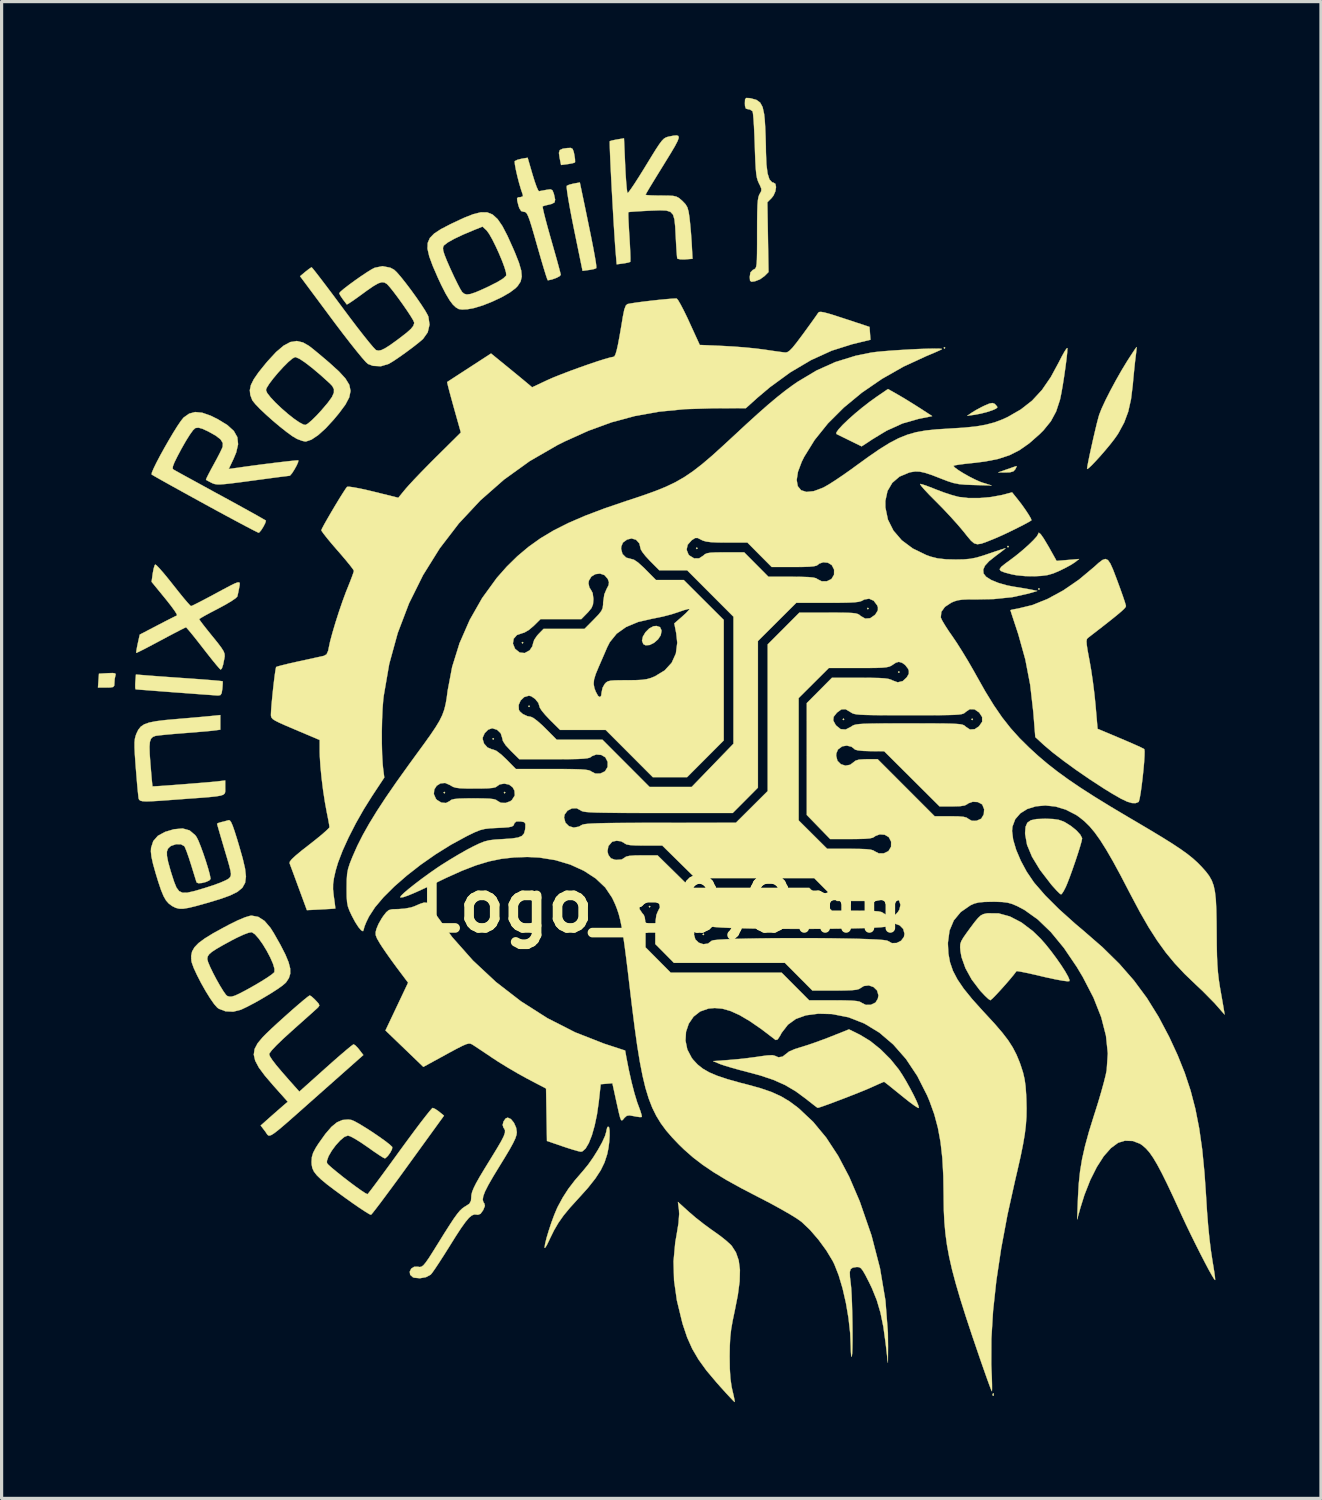
<source format=kicad_pcb>
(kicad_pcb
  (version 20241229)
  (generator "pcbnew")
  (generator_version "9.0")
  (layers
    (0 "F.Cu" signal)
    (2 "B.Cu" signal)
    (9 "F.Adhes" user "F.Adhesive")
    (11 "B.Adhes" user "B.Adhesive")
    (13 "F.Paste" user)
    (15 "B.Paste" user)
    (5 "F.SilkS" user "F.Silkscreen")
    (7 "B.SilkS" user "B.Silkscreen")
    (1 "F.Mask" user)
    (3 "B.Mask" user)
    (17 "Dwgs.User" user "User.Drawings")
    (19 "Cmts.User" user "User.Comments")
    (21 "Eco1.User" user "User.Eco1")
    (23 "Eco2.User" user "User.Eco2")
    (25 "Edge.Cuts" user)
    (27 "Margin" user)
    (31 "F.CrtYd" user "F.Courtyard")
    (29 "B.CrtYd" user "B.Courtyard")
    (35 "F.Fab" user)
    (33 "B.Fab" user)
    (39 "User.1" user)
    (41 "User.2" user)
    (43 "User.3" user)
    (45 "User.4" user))
  (footprint "Logo_50,8mm"
    (layer "F.Cu")
    (at 17.892 25.197)
    (property "Reference" "Logo_50,8mm" (at 0 0 0) (layer "F.SilkS") (effects (font (size 1.524 1.524) (thickness 0.3))))
    (attr through_hole)
    (fp_poly (pts (xy -7.061 -3.531) (xy -7.087 -3.505) (xy -7.112 -3.531) (xy -7.087 -3.556) (xy -7.061 -3.531)) (stroke (width 0.01) (type solid)) (fill yes) (layer "F.SilkS"))
    (fp_poly (pts (xy -5.537 -5.207) (xy -5.563 -5.182) (xy -5.588 -5.207) (xy -5.563 -5.232) (xy -5.537 -5.207)) (stroke (width 0.01) (type solid)) (fill yes) (layer "F.SilkS"))
    (fp_poly (pts (xy -5.182 -3.531) (xy -5.207 -3.505) (xy -5.232 -3.531) (xy -5.207 -3.556) (xy -5.182 -3.531)) (stroke (width 0.01) (type solid)) (fill yes) (layer "F.SilkS"))
    (fp_poly (pts (xy -4.623 -8.204) (xy -4.648 -8.179) (xy -4.674 -8.204) (xy -4.648 -8.23) (xy -4.623 -8.204)) (stroke (width 0.01) (type solid)) (fill yes) (layer "F.SilkS"))
    (fp_poly (pts (xy -4.42 -6.223) (xy -4.445 -6.198) (xy -4.47 -6.223) (xy -4.445 -6.248) (xy -4.42 -6.223)) (stroke (width 0.01) (type solid)) (fill yes) (layer "F.SilkS"))
    (fp_poly (pts (xy -0.66 0.025) (xy -0.686 0.051) (xy -0.711 0.025) (xy -0.686 0) (xy -0.66 0.025)) (stroke (width 0.01) (type solid)) (fill yes) (layer "F.SilkS"))
    (fp_poly (pts (xy 0.813 -11.151) (xy 0.787 -11.125) (xy 0.762 -11.151) (xy 0.787 -11.176) (xy 0.813 -11.151)) (stroke (width 0.01) (type solid)) (fill yes) (layer "F.SilkS"))
    (fp_poly (pts (xy 1.016 0.889) (xy 0.991 0.914) (xy 0.965 0.889) (xy 0.991 0.864) (xy 1.016 0.889)) (stroke (width 0.01) (type solid)) (fill yes) (layer "F.SilkS"))
    (fp_poly (pts (xy 5.385 -5.817) (xy 5.359 -5.791) (xy 5.334 -5.817) (xy 5.359 -5.842) (xy 5.385 -5.817)) (stroke (width 0.01) (type solid)) (fill yes) (layer "F.SilkS"))
    (fp_poly (pts (xy 6.147 -9.271) (xy 6.121 -9.246) (xy 6.096 -9.271) (xy 6.121 -9.296) (xy 6.147 -9.271)) (stroke (width 0.01) (type solid)) (fill yes) (layer "F.SilkS"))
    (fp_poly (pts (xy 7.112 -7.29) (xy 7.087 -7.264) (xy 7.061 -7.29) (xy 7.087 -7.315) (xy 7.112 -7.29)) (stroke (width 0.01) (type solid)) (fill yes) (layer "F.SilkS"))
    (fp_poly (pts (xy 8.534 -17.399) (xy 8.509 -17.374) (xy 8.484 -17.399) (xy 8.509 -17.424) (xy 8.534 -17.399)) (stroke (width 0.01) (type solid)) (fill yes) (layer "F.SilkS"))
    (fp_poly (pts (xy 9.398 -5.817) (xy 9.373 -5.791) (xy 9.347 -5.817) (xy 9.373 -5.842) (xy 9.398 -5.817)) (stroke (width 0.01) (type solid)) (fill yes) (layer "F.SilkS"))
    (fp_poly (pts (xy 10.516 -11.201) (xy 10.49 -11.176) (xy 10.465 -11.201) (xy 10.49 -11.227) (xy 10.516 -11.201)) (stroke (width 0.01) (type solid)) (fill yes) (layer "F.SilkS"))
    (fp_poly (pts (xy 11.481 -9.881) (xy 11.455 -9.855) (xy 11.43 -9.881) (xy 11.455 -9.906) (xy 11.481 -9.881)) (stroke (width 0.01) (type solid)) (fill yes) (layer "F.SilkS"))
    (fp_poly (pts (xy 10.041 15.206) (xy 10.048 15.266) (xy 10.041 15.274) (xy 10.011 15.267) (xy 10.008 15.24) (xy 10.026 15.198) (xy 10.041 15.206)) (stroke (width 0.01) (type solid)) (fill yes) (layer "F.SilkS"))
    (fp_poly (pts (xy 10.75 -13.678) (xy 10.719 -13.614) (xy 10.659 -13.549) (xy 10.553 -13.519) (xy 10.425 -13.514) (xy 10.185 -13.516) (xy 10.465 -13.614) (xy 10.617 -13.667) (xy 10.724 -13.704) (xy 10.759 -13.714) (xy 10.75 -13.678)) (stroke (width 0.01) (type solid)) (fill yes) (layer "F.SilkS"))
    (fp_poly (pts (xy -17.35 -7.248) (xy -17.334 -7.213) (xy -17.342 -7.187) (xy -17.366 -7.075) (xy -17.374 -6.955) (xy -17.379 -6.868) (xy -17.414 -6.824) (xy -17.504 -6.809) (xy -17.631 -6.807) (xy -17.887 -6.807) (xy -17.856 -7.239) (xy -17.583 -7.255) (xy -17.426 -7.26) (xy -17.35 -7.248)) (stroke (width 0.01) (type solid)) (fill yes) (layer "F.SilkS"))
    (fp_poly (pts (xy -0.361 -8.692) (xy -0.317 -8.597) (xy -0.314 -8.572) (xy -0.338 -8.438) (xy -0.424 -8.309) (xy -0.547 -8.202) (xy -0.684 -8.134) (xy -0.811 -8.125) (xy -0.881 -8.162) (xy -0.922 -8.266) (xy -0.894 -8.398) (xy -0.813 -8.533) (xy -0.698 -8.648) (xy -0.565 -8.719) (xy -0.47 -8.728) (xy -0.361 -8.692)) (stroke (width 0.01) (type solid)) (fill yes) (layer "F.SilkS"))
    (fp_poly (pts (xy -3.086 -23.603) (xy -3.051 -23.51) (xy -3.034 -23.427) (xy -3.012 -23.288) (xy -3.009 -23.197) (xy -3.015 -23.181) (xy -3.076 -23.159) (xy -3.2 -23.135) (xy -3.243 -23.129) (xy -3.446 -23.102) (xy -3.491 -23.324) (xy -3.513 -23.48) (xy -3.486 -23.567) (xy -3.391 -23.611) (xy -3.254 -23.63) (xy -3.144 -23.635) (xy -3.086 -23.603)) (stroke (width 0.01) (type solid)) (fill yes) (layer "F.SilkS"))
    (fp_poly (pts (xy 10.07 -15.657) (xy 10.082 -15.648) (xy 10.147 -15.576) (xy 10.16 -15.543) (xy 10.114 -15.503) (xy 9.995 -15.451) (xy 9.829 -15.397) (xy 9.64 -15.349) (xy 9.457 -15.314) (xy 9.449 -15.313) (xy 9.22 -15.282) (xy 9.362 -15.38) (xy 9.494 -15.461) (xy 9.666 -15.553) (xy 9.754 -15.596) (xy 9.909 -15.662) (xy 10.005 -15.68) (xy 10.07 -15.657)) (stroke (width 0.01) (type solid)) (fill yes) (layer "F.SilkS"))
    (fp_poly (pts (xy -2.704 -21.807) (xy -2.597 -21.287) (xy -2.51 -20.861) (xy -2.443 -20.521) (xy -2.395 -20.26) (xy -2.363 -20.073) (xy -2.348 -19.952) (xy -2.347 -19.891) (xy -2.351 -19.883) (xy -2.415 -19.858) (xy -2.54 -19.833) (xy -2.577 -19.828) (xy -2.776 -19.801) (xy -3.044 -21.107) (xy -3.114 -21.458) (xy -3.174 -21.776) (xy -3.222 -22.049) (xy -3.255 -22.261) (xy -3.271 -22.4) (xy -3.269 -22.452) (xy -3.194 -22.487) (xy -3.065 -22.52) (xy -3.043 -22.524) (xy -2.861 -22.557) (xy -2.704 -21.807)) (stroke (width 0.01) (type solid)) (fill yes) (layer "F.SilkS"))
    (fp_poly (pts (xy 7.044 -15.948) (xy 7.231 -15.839) (xy 7.459 -15.699) (xy 7.686 -15.556) (xy 7.734 -15.526) (xy 8.127 -15.271) (xy 7.702 -15.185) (xy 7.203 -15.043) (xy 6.703 -14.816) (xy 6.267 -14.552) (xy 6.11 -14.447) (xy 5.99 -14.369) (xy 5.928 -14.33) (xy 5.924 -14.329) (xy 5.879 -14.351) (xy 5.765 -14.407) (xy 5.602 -14.487) (xy 5.537 -14.519) (xy 5.361 -14.605) (xy 5.224 -14.673) (xy 5.147 -14.711) (xy 5.139 -14.715) (xy 5.14 -14.763) (xy 5.21 -14.861) (xy 5.337 -14.999) (xy 5.509 -15.164) (xy 5.715 -15.347) (xy 5.941 -15.535) (xy 6.177 -15.718) (xy 6.403 -15.88) (xy 6.748 -16.116) (xy 7.044 -15.948)) (stroke (width 0.01) (type solid)) (fill yes) (layer "F.SilkS"))
    (fp_poly (pts (xy 11.51 -11.59) (xy 11.608 -11.45) (xy 11.746 -11.219) (xy 11.76 -11.195) (xy 12.006 -10.756) (xy 12.356 -10.786) (xy 12.707 -10.815) (xy 12.58 -10.715) (xy 12.47 -10.643) (xy 12.303 -10.551) (xy 12.113 -10.456) (xy 12.107 -10.453) (xy 11.903 -10.366) (xy 11.722 -10.314) (xy 11.52 -10.288) (xy 11.329 -10.278) (xy 11.029 -10.282) (xy 10.748 -10.31) (xy 10.6 -10.339) (xy 10.387 -10.395) (xy 10.264 -10.443) (xy 10.23 -10.498) (xy 10.282 -10.573) (xy 10.42 -10.683) (xy 10.552 -10.779) (xy 10.748 -10.928) (xy 10.946 -11.091) (xy 11.13 -11.254) (xy 11.282 -11.402) (xy 11.388 -11.519) (xy 11.43 -11.591) (xy 11.43 -11.593) (xy 11.45 -11.638) (xy 11.51 -11.59)) (stroke (width 0.01) (type solid)) (fill yes) (layer "F.SilkS"))
    (fp_poly (pts (xy -16.365 -7.185) (xy -16.206 -7.173) (xy -15.969 -7.155) (xy -15.676 -7.134) (xy -15.35 -7.111) (xy -15.02 -7.088) (xy -14.712 -7.066) (xy -14.44 -7.045) (xy -14.221 -7.027) (xy -14.07 -7.012) (xy -14.001 -7.003) (xy -13.999 -7.002) (xy -13.996 -6.946) (xy -14.004 -6.825) (xy -14.009 -6.769) (xy -14.03 -6.633) (xy -14.067 -6.573) (xy -14.141 -6.559) (xy -14.166 -6.56) (xy -14.254 -6.566) (xy -14.427 -6.579) (xy -14.669 -6.596) (xy -14.963 -6.618) (xy -15.295 -6.643) (xy -15.494 -6.657) (xy -15.831 -6.683) (xy -16.134 -6.706) (xy -16.388 -6.726) (xy -16.578 -6.74) (xy -16.69 -6.75) (xy -16.714 -6.752) (xy -16.725 -6.8) (xy -16.725 -6.916) (xy -16.721 -6.985) (xy -16.703 -7.213) (xy -16.365 -7.185)) (stroke (width 0.01) (type solid)) (fill yes) (layer "F.SilkS"))
    (fp_poly (pts (xy 11.651 -2.716) (xy 11.895 -2.708) (xy 12.072 -2.682) (xy 12.216 -2.632) (xy 12.268 -2.606) (xy 12.459 -2.486) (xy 12.625 -2.351) (xy 12.745 -2.22) (xy 12.8 -2.113) (xy 12.801 -2.098) (xy 12.784 -2.011) (xy 12.738 -1.849) (xy 12.672 -1.637) (xy 12.592 -1.395) (xy 12.505 -1.144) (xy 12.42 -0.908) (xy 12.342 -0.707) (xy 12.296 -0.597) (xy 12.227 -0.461) (xy 12.168 -0.373) (xy 12.143 -0.356) (xy 12.092 -0.392) (xy 11.996 -0.489) (xy 11.872 -0.627) (xy 11.833 -0.673) (xy 11.489 -1.12) (xy 11.24 -1.53) (xy 11.085 -1.902) (xy 11.025 -2.236) (xy 11.024 -2.28) (xy 11.039 -2.466) (xy 11.094 -2.592) (xy 11.204 -2.669) (xy 11.384 -2.707) (xy 11.65 -2.716) (xy 11.651 -2.716)) (stroke (width 0.01) (type solid)) (fill yes) (layer "F.SilkS"))
    (fp_poly (pts (xy 14.5 -17.379) (xy 14.488 -17.261) (xy 14.472 -17.132) (xy 14.451 -16.959) (xy 14.426 -16.719) (xy 14.399 -16.449) (xy 14.382 -16.25) (xy 14.326 -15.795) (xy 14.24 -15.412) (xy 14.114 -15.073) (xy 13.94 -14.75) (xy 13.898 -14.684) (xy 13.803 -14.55) (xy 13.675 -14.386) (xy 13.527 -14.208) (xy 13.373 -14.03) (xy 13.225 -13.868) (xy 13.099 -13.736) (xy 13.005 -13.649) (xy 12.959 -13.622) (xy 12.956 -13.627) (xy 12.966 -13.704) (xy 12.995 -13.858) (xy 13.038 -14.068) (xy 13.092 -14.314) (xy 13.15 -14.574) (xy 13.209 -14.826) (xy 13.263 -15.051) (xy 13.309 -15.225) (xy 13.335 -15.316) (xy 13.413 -15.513) (xy 13.534 -15.773) (xy 13.686 -16.073) (xy 13.857 -16.39) (xy 14.035 -16.703) (xy 14.208 -16.988) (xy 14.229 -17.021) (xy 14.342 -17.195) (xy 14.432 -17.331) (xy 14.488 -17.411) (xy 14.5 -17.424) (xy 14.5 -17.379)) (stroke (width 0.01) (type solid)) (fill yes) (layer "F.SilkS"))
    (fp_poly (pts (xy -1.95 6.906) (xy -1.934 7.006) (xy -1.932 7.161) (xy -1.943 7.349) (xy -1.968 7.548) (xy -2.005 7.734) (xy -2.009 7.749) (xy -2.091 8.001) (xy -2.211 8.248) (xy -2.38 8.506) (xy -2.607 8.793) (xy -2.905 9.124) (xy -2.906 9.125) (xy -3.165 9.41) (xy -3.367 9.654) (xy -3.527 9.881) (xy -3.665 10.117) (xy -3.799 10.389) (xy -3.821 10.438) (xy -3.89 10.579) (xy -3.94 10.659) (xy -3.961 10.664) (xy -3.961 10.661) (xy -3.944 10.541) (xy -3.898 10.353) (xy -3.829 10.124) (xy -3.748 9.878) (xy -3.661 9.643) (xy -3.578 9.445) (xy -3.549 9.383) (xy -3.389 9.088) (xy -3.218 8.823) (xy -3.013 8.556) (xy -2.76 8.263) (xy -2.601 8.069) (xy -2.441 7.841) (xy -2.292 7.602) (xy -2.165 7.373) (xy -2.075 7.175) (xy -2.033 7.03) (xy -2.032 7.008) (xy -2.007 6.913) (xy -1.981 6.883) (xy -1.95 6.906)) (stroke (width 0.01) (type solid)) (fill yes) (layer "F.SilkS"))
    (fp_poly (pts (xy 7.829 -13.139) (xy 7.972 -13.09) (xy 8.158 -13.019) (xy 8.242 -12.985) (xy 8.478 -12.895) (xy 8.724 -12.814) (xy 8.932 -12.757) (xy 8.966 -12.75) (xy 9.255 -12.716) (xy 9.6 -12.716) (xy 9.96 -12.748) (xy 10.295 -12.809) (xy 10.351 -12.823) (xy 10.618 -12.894) (xy 10.788 -12.683) (xy 10.915 -12.519) (xy 11.035 -12.35) (xy 11.135 -12.198) (xy 11.203 -12.082) (xy 11.223 -12.024) (xy 11.222 -12.022) (xy 11.138 -11.97) (xy 10.985 -11.887) (xy 10.788 -11.787) (xy 10.571 -11.68) (xy 10.357 -11.578) (xy 10.171 -11.494) (xy 10.081 -11.456) (xy 9.834 -11.356) (xy 9.66 -11.294) (xy 9.534 -11.276) (xy 9.434 -11.305) (xy 9.336 -11.388) (xy 9.217 -11.53) (xy 9.101 -11.676) (xy 8.925 -11.884) (xy 8.702 -12.132) (xy 8.461 -12.389) (xy 8.229 -12.624) (xy 8.217 -12.636) (xy 8.035 -12.819) (xy 7.89 -12.973) (xy 7.791 -13.087) (xy 7.75 -13.149) (xy 7.754 -13.157) (xy 7.829 -13.139)) (stroke (width 0.01) (type solid)) (fill yes) (layer "F.SilkS"))
    (fp_poly (pts (xy 0.544 9.546) (xy 0.752 9.725) (xy 1.002 9.921) (xy 1.247 10.101) (xy 1.311 10.145) (xy 1.511 10.288) (xy 1.693 10.432) (xy 1.831 10.556) (xy 1.876 10.603) (xy 2.008 10.81) (xy 2.093 11.056) (xy 2.131 11.352) (xy 2.122 11.709) (xy 2.066 12.136) (xy 1.973 12.609) (xy 1.904 12.939) (xy 1.857 13.209) (xy 1.829 13.458) (xy 1.815 13.726) (xy 1.81 14.046) (xy 1.815 14.432) (xy 1.835 14.739) (xy 1.87 14.989) (xy 1.896 15.108) (xy 1.937 15.282) (xy 1.963 15.412) (xy 1.969 15.472) (xy 1.969 15.473) (xy 1.932 15.442) (xy 1.84 15.346) (xy 1.704 15.2) (xy 1.535 15.013) (xy 1.406 14.868) (xy 1.089 14.492) (xy 0.841 14.149) (xy 0.645 13.814) (xy 0.487 13.461) (xy 0.353 13.063) (xy 0.33 12.981) (xy 0.166 12.306) (xy 0.077 11.68) (xy 0.061 11.083) (xy 0.115 10.494) (xy 0.156 10.262) (xy 0.216 9.895) (xy 0.237 9.61) (xy 0.23 9.481) (xy 0.198 9.233) (xy 0.544 9.546)) (stroke (width 0.01) (type solid)) (fill yes) (layer "F.SilkS"))
    (fp_poly (pts (xy 10.194 0.234) (xy 10.548 0.331) (xy 10.909 0.518) (xy 11.268 0.79) (xy 11.512 1.028) (xy 11.669 1.207) (xy 11.835 1.415) (xy 11.998 1.634) (xy 12.148 1.849) (xy 12.273 2.044) (xy 12.363 2.203) (xy 12.408 2.31) (xy 12.406 2.347) (xy 12.341 2.352) (xy 12.191 2.333) (xy 11.969 2.292) (xy 11.689 2.232) (xy 11.566 2.203) (xy 11.297 2.14) (xy 11.065 2.089) (xy 10.887 2.053) (xy 10.779 2.036) (xy 10.756 2.036) (xy 10.666 2.153) (xy 10.541 2.304) (xy 10.396 2.471) (xy 10.248 2.636) (xy 10.113 2.781) (xy 10.007 2.889) (xy 9.945 2.941) (xy 9.939 2.943) (xy 9.88 2.905) (xy 9.776 2.808) (xy 9.646 2.67) (xy 9.607 2.625) (xy 9.356 2.293) (xy 9.164 1.944) (xy 9.042 1.602) (xy 9.008 1.413) (xy 8.998 1.291) (xy 9.003 1.195) (xy 9.033 1.103) (xy 9.099 0.989) (xy 9.209 0.832) (xy 9.303 0.703) (xy 9.45 0.507) (xy 9.556 0.379) (xy 9.64 0.301) (xy 9.721 0.259) (xy 9.817 0.237) (xy 9.855 0.232) (xy 10.194 0.234)) (stroke (width 0.01) (type solid)) (fill yes) (layer "F.SilkS"))
    (fp_poly (pts (xy -4.335 -22.802) (xy -4.269 -22.589) (xy -4.209 -22.419) (xy -4.16 -22.312) (xy -4.136 -22.284) (xy -4.059 -22.298) (xy -3.929 -22.322) (xy -3.903 -22.327) (xy -3.78 -22.344) (xy -3.717 -22.316) (xy -3.677 -22.221) (xy -3.663 -22.171) (xy -3.631 -22.021) (xy -3.649 -21.936) (xy -3.735 -21.889) (xy -3.823 -21.867) (xy -3.945 -21.838) (xy -4.018 -21.814) (xy -4.02 -21.813) (xy -4.016 -21.761) (xy -3.987 -21.627) (xy -3.936 -21.423) (xy -3.867 -21.166) (xy -3.784 -20.87) (xy -3.754 -20.765) (xy -3.666 -20.456) (xy -3.587 -20.177) (xy -3.524 -19.946) (xy -3.479 -19.777) (xy -3.457 -19.685) (xy -3.456 -19.675) (xy -3.498 -19.63) (xy -3.602 -19.578) (xy -3.73 -19.532) (xy -3.845 -19.508) (xy -3.861 -19.508) (xy -3.881 -19.554) (xy -3.925 -19.684) (xy -3.987 -19.885) (xy -4.063 -20.141) (xy -4.149 -20.439) (xy -4.188 -20.574) (xy -4.287 -20.924) (xy -4.365 -21.189) (xy -4.425 -21.379) (xy -4.473 -21.507) (xy -4.512 -21.585) (xy -4.548 -21.626) (xy -4.586 -21.64) (xy -4.604 -21.641) (xy -4.69 -21.665) (xy -4.747 -21.753) (xy -4.773 -21.831) (xy -4.812 -21.984) (xy -4.818 -22.064) (xy -4.785 -22.094) (xy -4.719 -22.098) (xy -4.641 -22.122) (xy -4.636 -22.162) (xy -4.695 -22.337) (xy -4.756 -22.544) (xy -4.811 -22.758) (xy -4.856 -22.957) (xy -4.885 -23.115) (xy -4.893 -23.21) (xy -4.888 -23.225) (xy -4.81 -23.263) (xy -4.681 -23.296) (xy -4.665 -23.299) (xy -4.488 -23.328) (xy -4.335 -22.802)) (stroke (width 0.01) (type solid)) (fill yes) (layer "F.SilkS"))
    (fp_poly (pts (xy 5.877 4.022) (xy 6.192 4.213) (xy 6.517 4.474) (xy 6.826 4.782) (xy 7.085 5.103) (xy 7.196 5.271) (xy 7.317 5.473) (xy 7.438 5.691) (xy 7.549 5.902) (xy 7.638 6.088) (xy 7.696 6.228) (xy 7.712 6.303) (xy 7.712 6.304) (xy 7.669 6.291) (xy 7.564 6.223) (xy 7.41 6.11) (xy 7.223 5.962) (xy 7.169 5.918) (xy 6.974 5.76) (xy 6.81 5.627) (xy 6.69 5.533) (xy 6.63 5.488) (xy 6.626 5.486) (xy 6.576 5.506) (xy 6.455 5.558) (xy 6.287 5.634) (xy 6.213 5.667) (xy 6.069 5.73) (xy 5.869 5.811) (xy 5.634 5.904) (xy 5.383 6.002) (xy 5.135 6.096) (xy 4.909 6.181) (xy 4.724 6.247) (xy 4.599 6.289) (xy 4.556 6.299) (xy 4.512 6.27) (xy 4.408 6.19) (xy 4.262 6.076) (xy 4.187 6.016) (xy 3.866 5.78) (xy 3.538 5.587) (xy 3.178 5.427) (xy 2.76 5.287) (xy 2.418 5.195) (xy 2.143 5.123) (xy 1.887 5.052) (xy 1.672 4.988) (xy 1.526 4.939) (xy 1.501 4.929) (xy 1.296 4.842) (xy 1.798 4.805) (xy 2.082 4.78) (xy 2.391 4.745) (xy 2.671 4.708) (xy 2.737 4.697) (xy 2.983 4.664) (xy 3.148 4.657) (xy 3.223 4.676) (xy 3.332 4.723) (xy 3.462 4.701) (xy 3.563 4.622) (xy 3.659 4.546) (xy 3.841 4.467) (xy 4.013 4.413) (xy 4.222 4.348) (xy 4.486 4.258) (xy 4.767 4.155) (xy 4.963 4.079) (xy 5.532 3.852) (xy 5.877 4.022)) (stroke (width 0.01) (type solid)) (fill yes) (layer "F.SilkS"))
    (fp_poly (pts (xy -11.227 2.827) (xy -11.134 2.911) (xy -11.099 2.947) (xy -11.009 3.046) (xy -10.983 3.106) (xy -11.016 3.158) (xy -11.051 3.193) (xy -11.12 3.255) (xy -11.251 3.373) (xy -11.429 3.532) (xy -11.641 3.721) (xy -11.849 3.907) (xy -12.114 4.148) (xy -12.321 4.348) (xy -12.465 4.501) (xy -12.539 4.599) (xy -12.548 4.625) (xy -12.526 4.692) (xy -12.456 4.801) (xy -12.334 4.961) (xy -12.153 5.176) (xy -11.909 5.455) (xy -11.779 5.601) (xy -11.608 5.793) (xy -10.784 5.055) (xy -10.541 4.839) (xy -10.322 4.648) (xy -10.139 4.492) (xy -10.003 4.38) (xy -9.926 4.323) (xy -9.914 4.318) (xy -9.857 4.355) (xy -9.77 4.447) (xy -9.74 4.485) (xy -9.612 4.652) (xy -10.957 5.844) (xy -11.345 6.188) (xy -11.664 6.471) (xy -11.92 6.697) (xy -12.122 6.872) (xy -12.277 7.002) (xy -12.392 7.09) (xy -12.474 7.143) (xy -12.532 7.164) (xy -12.572 7.161) (xy -12.602 7.137) (xy -12.63 7.098) (xy -12.662 7.048) (xy -12.674 7.032) (xy -12.813 6.85) (xy -12.541 6.608) (xy -12.378 6.464) (xy -12.223 6.329) (xy -12.118 6.237) (xy -11.968 6.109) (xy -12.416 5.607) (xy -12.68 5.299) (xy -12.869 5.045) (xy -12.984 4.829) (xy -13.028 4.64) (xy -13.002 4.463) (xy -12.908 4.285) (xy -12.748 4.094) (xy -12.638 3.983) (xy -12.465 3.818) (xy -12.264 3.633) (xy -12.051 3.441) (xy -11.84 3.253) (xy -11.643 3.082) (xy -11.477 2.941) (xy -11.353 2.841) (xy -11.288 2.796) (xy -11.282 2.794) (xy -11.227 2.827)) (stroke (width 0.01) (type solid)) (fill yes) (layer "F.SilkS"))
    (fp_poly (pts (xy 2.421 -25.188) (xy 2.473 -25.18) (xy 2.644 -25.133) (xy 2.762 -25.048) (xy 2.839 -24.906) (xy 2.886 -24.69) (xy 2.904 -24.523) (xy 2.919 -24.291) (xy 2.931 -24.001) (xy 2.94 -23.696) (xy 2.942 -23.506) (xy 2.957 -23.124) (xy 2.993 -22.839) (xy 3.052 -22.652) (xy 3.134 -22.563) (xy 3.172 -22.555) (xy 3.237 -22.515) (xy 3.257 -22.415) (xy 3.237 -22.283) (xy 3.179 -22.15) (xy 3.119 -22.072) (xy 2.987 -21.94) (xy 3.005 -20.852) (xy 3.023 -19.764) (xy 2.896 -19.637) (xy 2.757 -19.537) (xy 2.603 -19.477) (xy 2.492 -19.461) (xy 2.447 -19.494) (xy 2.438 -19.6) (xy 2.438 -19.616) (xy 2.459 -19.753) (xy 2.533 -19.829) (xy 2.553 -19.838) (xy 2.59 -19.857) (xy 2.619 -19.885) (xy 2.639 -19.936) (xy 2.653 -20.023) (xy 2.661 -20.159) (xy 2.665 -20.356) (xy 2.667 -20.63) (xy 2.667 -20.983) (xy 2.668 -21.356) (xy 2.672 -21.641) (xy 2.679 -21.851) (xy 2.691 -22.001) (xy 2.709 -22.103) (xy 2.732 -22.172) (xy 2.749 -22.201) (xy 2.796 -22.287) (xy 2.799 -22.363) (xy 2.754 -22.472) (xy 2.727 -22.523) (xy 2.691 -22.605) (xy 2.662 -22.699) (xy 2.641 -22.823) (xy 2.625 -22.993) (xy 2.612 -23.224) (xy 2.6 -23.533) (xy 2.595 -23.718) (xy 2.583 -24.029) (xy 2.57 -24.307) (xy 2.555 -24.535) (xy 2.54 -24.696) (xy 2.526 -24.775) (xy 2.524 -24.778) (xy 2.444 -24.831) (xy 2.385 -24.841) (xy 2.317 -24.861) (xy 2.29 -24.94) (xy 2.286 -25.026) (xy 2.291 -25.146) (xy 2.326 -25.192) (xy 2.421 -25.188)) (stroke (width 0.01) (type solid)) (fill yes) (layer "F.SilkS"))
    (fp_poly (pts (xy -11.494 -17.568) (xy -11.311 -17.464) (xy -11.211 -17.387) (xy -11.055 -17.26) (xy -10.865 -17.101) (xy -10.662 -16.928) (xy -10.658 -16.924) (xy -10.373 -16.665) (xy -10.171 -16.445) (xy -10.05 -16.248) (xy -10.011 -16.057) (xy -10.052 -15.856) (xy -10.171 -15.63) (xy -10.369 -15.363) (xy -10.534 -15.164) (xy -10.789 -14.887) (xy -11.024 -14.676) (xy -11.23 -14.538) (xy -11.397 -14.481) (xy -11.425 -14.479) (xy -11.522 -14.501) (xy -11.659 -14.552) (xy -11.694 -14.568) (xy -11.825 -14.646) (xy -12.003 -14.775) (xy -12.211 -14.94) (xy -12.43 -15.124) (xy -12.643 -15.314) (xy -12.832 -15.492) (xy -12.979 -15.645) (xy -13.067 -15.755) (xy -13.078 -15.774) (xy -13.137 -15.931) (xy -13.152 -16.082) (xy -13.151 -16.084) (xy -12.649 -16.084) (xy -12.611 -15.992) (xy -12.506 -15.857) (xy -12.354 -15.694) (xy -12.171 -15.52) (xy -11.974 -15.348) (xy -11.781 -15.195) (xy -11.61 -15.077) (xy -11.477 -15.007) (xy -11.416 -14.996) (xy -11.34 -15.039) (xy -11.217 -15.144) (xy -11.063 -15.296) (xy -10.912 -15.461) (xy -10.717 -15.691) (xy -10.591 -15.866) (xy -10.53 -16.002) (xy -10.529 -16.113) (xy -10.583 -16.213) (xy -10.655 -16.289) (xy -10.949 -16.554) (xy -11.212 -16.776) (xy -11.434 -16.947) (xy -11.606 -17.06) (xy -11.72 -17.11) (xy -11.743 -17.111) (xy -11.828 -17.065) (xy -11.955 -16.956) (xy -12.107 -16.804) (xy -12.268 -16.628) (xy -12.419 -16.448) (xy -12.544 -16.283) (xy -12.626 -16.152) (xy -12.649 -16.084) (xy -13.151 -16.084) (xy -13.118 -16.24) (xy -13.029 -16.42) (xy -12.879 -16.637) (xy -12.662 -16.906) (xy -12.597 -16.983) (xy -12.332 -17.27) (xy -12.099 -17.468) (xy -11.889 -17.581) (xy -11.69 -17.613) (xy -11.494 -17.568)) (stroke (width 0.01) (type solid)) (fill yes) (layer "F.SilkS"))
    (fp_poly (pts (xy -5.749 -21.625) (xy -5.58 -21.556) (xy -5.426 -21.416) (xy -5.277 -21.199) (xy -5.12 -20.898) (xy -4.945 -20.51) (xy -4.882 -20.364) (xy -4.759 -20.053) (xy -4.689 -19.811) (xy -4.672 -19.622) (xy -4.708 -19.467) (xy -4.797 -19.331) (xy -4.868 -19.258) (xy -5.048 -19.123) (xy -5.296 -18.981) (xy -5.584 -18.845) (xy -5.879 -18.727) (xy -6.153 -18.643) (xy -6.362 -18.604) (xy -6.532 -18.595) (xy -6.64 -18.61) (xy -6.728 -18.663) (xy -6.822 -18.752) (xy -6.92 -18.882) (xy -7.044 -19.09) (xy -7.183 -19.362) (xy -7.286 -19.583) (xy -7.447 -19.954) (xy -7.556 -20.249) (xy -7.61 -20.483) (xy -7.61 -20.514) (xy -7.129 -20.514) (xy -7.121 -20.43) (xy -7.082 -20.305) (xy -7.009 -20.121) (xy -6.896 -19.863) (xy -6.892 -19.855) (xy -6.782 -19.617) (xy -6.678 -19.405) (xy -6.593 -19.241) (xy -6.535 -19.146) (xy -6.53 -19.14) (xy -6.466 -19.086) (xy -6.386 -19.064) (xy -6.273 -19.078) (xy -6.111 -19.132) (xy -5.887 -19.229) (xy -5.676 -19.328) (xy -5.421 -19.458) (xy -5.247 -19.566) (xy -5.162 -19.648) (xy -5.156 -19.662) (xy -5.163 -19.751) (xy -5.209 -19.908) (xy -5.284 -20.111) (xy -5.379 -20.338) (xy -5.484 -20.568) (xy -5.589 -20.779) (xy -5.686 -20.95) (xy -5.764 -21.058) (xy -5.774 -21.068) (xy -5.896 -21.181) (xy -6.135 -21.085) (xy -6.49 -20.936) (xy -6.772 -20.803) (xy -6.976 -20.689) (xy -7.093 -20.599) (xy -7.113 -20.573) (xy -7.129 -20.514) (xy -7.61 -20.514) (xy -7.605 -20.671) (xy -7.537 -20.827) (xy -7.401 -20.966) (xy -7.194 -21.101) (xy -6.912 -21.248) (xy -6.82 -21.293) (xy -6.47 -21.456) (xy -6.183 -21.569) (xy -5.947 -21.627) (xy -5.749 -21.625)) (stroke (width 0.01) (type solid)) (fill yes) (layer "F.SilkS"))
    (fp_poly (pts (xy 13.607 -10.782) (xy 13.682 -10.674) (xy 13.766 -10.487) (xy 13.871 -10.213) (xy 13.9 -10.135) (xy 13.994 -9.879) (xy 14.074 -9.654) (xy 14.133 -9.478) (xy 14.165 -9.369) (xy 14.169 -9.347) (xy 14.155 -9.313) (xy 14.109 -9.259) (xy 14.023 -9.179) (xy 13.888 -9.065) (xy 13.698 -8.912) (xy 13.445 -8.713) (xy 13.121 -8.462) (xy 12.978 -8.352) (xy 12.95 -8.316) (xy 12.939 -8.251) (xy 12.946 -8.141) (xy 12.972 -7.969) (xy 13.019 -7.718) (xy 13.03 -7.661) (xy 13.083 -7.357) (xy 13.136 -6.997) (xy 13.183 -6.624) (xy 13.218 -6.283) (xy 13.219 -6.272) (xy 13.284 -5.52) (xy 13.995 -5.222) (xy 14.245 -5.115) (xy 14.461 -5.021) (xy 14.626 -4.946) (xy 14.722 -4.898) (xy 14.74 -4.887) (xy 14.75 -4.822) (xy 14.747 -4.679) (xy 14.735 -4.477) (xy 14.714 -4.24) (xy 14.687 -3.987) (xy 14.657 -3.741) (xy 14.627 -3.523) (xy 14.597 -3.354) (xy 14.571 -3.255) (xy 14.561 -3.239) (xy 14.47 -3.203) (xy 14.356 -3.205) (xy 14.208 -3.249) (xy 14.013 -3.342) (xy 13.759 -3.487) (xy 13.489 -3.653) (xy 13.046 -3.941) (xy 12.62 -4.234) (xy 12.227 -4.519) (xy 11.885 -4.782) (xy 11.612 -5.013) (xy 11.576 -5.046) (xy 11.342 -5.262) (xy 11.28 -6.04) (xy 11.183 -6.89) (xy 11.03 -7.686) (xy 10.813 -8.464) (xy 10.772 -8.59) (xy 10.695 -8.822) (xy 10.631 -9.017) (xy 10.586 -9.155) (xy 10.567 -9.218) (xy 10.566 -9.22) (xy 10.611 -9.235) (xy 10.726 -9.257) (xy 10.797 -9.269) (xy 11.247 -9.378) (xy 11.724 -9.57) (xy 12.215 -9.837) (xy 12.701 -10.171) (xy 13.159 -10.553) (xy 13.318 -10.696) (xy 13.437 -10.786) (xy 13.529 -10.817) (xy 13.607 -10.782)) (stroke (width 0.01) (type solid)) (fill yes) (layer "F.SilkS"))
    (fp_poly (pts (xy -14.072 -5.493) (xy -14.287 -5.465) (xy -14.417 -5.451) (xy -14.623 -5.433) (xy -14.879 -5.411) (xy -15.159 -5.389) (xy -15.24 -5.383) (xy -15.512 -5.361) (xy -15.756 -5.339) (xy -15.949 -5.319) (xy -16.071 -5.304) (xy -16.092 -5.3) (xy -16.176 -5.268) (xy -16.234 -5.21) (xy -16.268 -5.112) (xy -16.28 -4.959) (xy -16.274 -4.735) (xy -16.251 -4.426) (xy -16.25 -4.411) (xy -16.229 -4.161) (xy -16.211 -3.952) (xy -16.196 -3.802) (xy -16.188 -3.729) (xy -16.187 -3.726) (xy -16.137 -3.726) (xy -16.003 -3.734) (xy -15.805 -3.747) (xy -15.561 -3.765) (xy -15.289 -3.786) (xy -15.008 -3.808) (xy -14.735 -3.83) (xy -14.49 -3.85) (xy -14.29 -3.868) (xy -14.154 -3.881) (xy -14.135 -3.884) (xy -13.919 -3.91) (xy -13.919 -3.683) (xy -13.918 -3.605) (xy -13.921 -3.545) (xy -13.94 -3.498) (xy -13.987 -3.462) (xy -14.073 -3.435) (xy -14.209 -3.413) (xy -14.406 -3.392) (xy -14.676 -3.37) (xy -15.03 -3.345) (xy -15.24 -3.329) (xy -15.648 -3.299) (xy -15.965 -3.276) (xy -16.204 -3.262) (xy -16.376 -3.256) (xy -16.492 -3.262) (xy -16.564 -3.279) (xy -16.603 -3.309) (xy -16.62 -3.352) (xy -16.627 -3.411) (xy -16.633 -3.467) (xy -16.647 -3.597) (xy -16.666 -3.802) (xy -16.687 -4.058) (xy -16.71 -4.339) (xy -16.716 -4.422) (xy -16.737 -4.721) (xy -16.747 -4.94) (xy -16.747 -5.097) (xy -16.735 -5.214) (xy -16.71 -5.309) (xy -16.69 -5.365) (xy -16.63 -5.49) (xy -16.553 -5.587) (xy -16.445 -5.66) (xy -16.291 -5.715) (xy -16.078 -5.757) (xy -15.789 -5.793) (xy -15.475 -5.821) (xy -15.171 -5.847) (xy -14.877 -5.872) (xy -14.621 -5.895) (xy -14.427 -5.913) (xy -14.364 -5.919) (xy -14.072 -5.949) (xy -14.072 -5.493)) (stroke (width 0.01) (type solid)) (fill yes) (layer "F.SilkS"))
    (fp_poly (pts (xy -5.01 6.649) (xy -4.916 6.764) (xy -4.848 6.917) (xy -4.826 7.059) (xy -4.837 7.144) (xy -4.873 7.253) (xy -4.941 7.397) (xy -5.047 7.59) (xy -5.199 7.845) (xy -5.359 8.106) (xy -5.564 8.442) (xy -5.715 8.705) (xy -5.817 8.906) (xy -5.873 9.055) (xy -5.889 9.163) (xy -5.868 9.241) (xy -5.84 9.278) (xy -5.821 9.356) (xy -5.875 9.489) (xy -5.878 9.493) (xy -5.957 9.603) (xy -6.039 9.634) (xy -6.08 9.628) (xy -6.153 9.624) (xy -6.23 9.655) (xy -6.319 9.729) (xy -6.426 9.857) (xy -6.561 10.045) (xy -6.731 10.305) (xy -6.93 10.624) (xy -7.093 10.883) (xy -7.243 11.116) (xy -7.37 11.308) (xy -7.465 11.443) (xy -7.514 11.502) (xy -7.659 11.579) (xy -7.848 11.613) (xy -8.027 11.596) (xy -8.065 11.583) (xy -8.151 11.507) (xy -8.165 11.408) (xy -8.118 11.313) (xy -8.025 11.254) (xy -7.915 11.253) (xy -7.855 11.263) (xy -7.801 11.253) (xy -7.742 11.211) (xy -7.669 11.125) (xy -7.571 10.986) (xy -7.44 10.78) (xy -7.291 10.541) (xy -7.082 10.204) (xy -6.916 9.944) (xy -6.787 9.748) (xy -6.684 9.606) (xy -6.601 9.506) (xy -6.528 9.437) (xy -6.459 9.387) (xy -6.427 9.369) (xy -6.306 9.289) (xy -6.256 9.198) (xy -6.248 9.105) (xy -6.242 9.017) (xy -6.219 8.92) (xy -6.172 8.802) (xy -6.096 8.649) (xy -5.984 8.45) (xy -5.829 8.192) (xy -5.626 7.862) (xy -5.612 7.839) (xy -5.438 7.554) (xy -5.314 7.341) (xy -5.235 7.186) (xy -5.197 7.078) (xy -5.194 7.001) (xy -5.22 6.944) (xy -5.241 6.92) (xy -5.268 6.832) (xy -5.239 6.721) (xy -5.174 6.63) (xy -5.11 6.604) (xy -5.01 6.649)) (stroke (width 0.01) (type solid)) (fill yes) (layer "F.SilkS"))
    (fp_poly (pts (xy -12.885 0.345) (xy -12.693 0.47) (xy -12.509 0.685) (xy -12.406 0.848) (xy -12.196 1.219) (xy -12.043 1.519) (xy -11.943 1.76) (xy -11.893 1.955) (xy -11.891 2.116) (xy -11.934 2.253) (xy -12.018 2.381) (xy -12.036 2.401) (xy -12.135 2.487) (xy -12.303 2.605) (xy -12.52 2.744) (xy -12.765 2.89) (xy -13.015 3.032) (xy -13.252 3.155) (xy -13.429 3.239) (xy -13.668 3.3) (xy -13.908 3.289) (xy -14.115 3.21) (xy -14.166 3.174) (xy -14.265 3.062) (xy -14.391 2.881) (xy -14.531 2.655) (xy -14.671 2.407) (xy -14.798 2.16) (xy -14.9 1.94) (xy -14.962 1.768) (xy -14.974 1.714) (xy -14.976 1.66) (xy -14.478 1.66) (xy -14.454 1.752) (xy -14.39 1.904) (xy -14.298 2.094) (xy -14.191 2.298) (xy -14.08 2.494) (xy -13.977 2.661) (xy -13.896 2.774) (xy -13.855 2.811) (xy -13.788 2.831) (xy -13.713 2.829) (xy -13.613 2.799) (xy -13.474 2.735) (xy -13.277 2.632) (xy -13.046 2.503) (xy -12.819 2.37) (xy -12.622 2.247) (xy -12.474 2.145) (xy -12.393 2.076) (xy -12.386 2.065) (xy -12.382 1.966) (xy -12.428 1.808) (xy -12.513 1.613) (xy -12.624 1.402) (xy -12.749 1.196) (xy -12.877 1.017) (xy -12.994 0.885) (xy -13.089 0.823) (xy -13.097 0.822) (xy -13.191 0.839) (xy -13.352 0.899) (xy -13.558 0.995) (xy -13.705 1.07) (xy -13.989 1.225) (xy -14.195 1.344) (xy -14.335 1.436) (xy -14.42 1.51) (xy -14.464 1.577) (xy -14.478 1.644) (xy -14.478 1.66) (xy -14.976 1.66) (xy -14.981 1.561) (xy -14.952 1.423) (xy -14.878 1.293) (xy -14.751 1.161) (xy -14.56 1.019) (xy -14.297 0.857) (xy -13.953 0.668) (xy -13.8 0.587) (xy -13.527 0.452) (xy -13.302 0.358) (xy -13.14 0.31) (xy -13.094 0.305) (xy -12.885 0.345)) (stroke (width 0.01) (type solid)) (fill yes) (layer "F.SilkS"))
    (fp_poly (pts (xy -7.375 6.332) (xy -7.265 6.406) (xy -7.244 6.423) (xy -7.097 6.543) (xy -8.211 8.081) (xy -8.463 8.429) (xy -8.699 8.75) (xy -8.91 9.035) (xy -9.089 9.275) (xy -9.231 9.461) (xy -9.328 9.584) (xy -9.373 9.634) (xy -9.374 9.634) (xy -9.429 9.611) (xy -9.552 9.536) (xy -9.729 9.42) (xy -9.945 9.271) (xy -10.16 9.118) (xy -10.489 8.878) (xy -10.744 8.685) (xy -10.933 8.528) (xy -11.066 8.398) (xy -11.153 8.285) (xy -11.202 8.179) (xy -11.223 8.069) (xy -11.227 7.984) (xy -11.217 7.835) (xy -11.177 7.7) (xy -11.095 7.545) (xy -11.011 7.414) (xy -10.795 7.111) (xy -10.607 6.893) (xy -10.434 6.751) (xy -10.264 6.678) (xy -10.085 6.663) (xy -9.986 6.676) (xy -9.892 6.715) (xy -9.739 6.799) (xy -9.546 6.917) (xy -9.334 7.053) (xy -9.125 7.195) (xy -8.938 7.328) (xy -8.795 7.439) (xy -8.715 7.515) (xy -8.71 7.522) (xy -8.718 7.59) (xy -8.772 7.694) (xy -8.847 7.798) (xy -8.919 7.866) (xy -8.944 7.874) (xy -9.001 7.846) (xy -9.123 7.769) (xy -9.29 7.656) (xy -9.485 7.518) (xy -9.688 7.379) (xy -9.871 7.265) (xy -10.014 7.189) (xy -10.093 7.163) (xy -10.202 7.204) (xy -10.334 7.314) (xy -10.473 7.467) (xy -10.6 7.64) (xy -10.698 7.81) (xy -10.748 7.953) (xy -10.746 8.021) (xy -10.699 8.077) (xy -10.586 8.177) (xy -10.427 8.309) (xy -10.239 8.459) (xy -10.04 8.612) (xy -9.847 8.756) (xy -9.678 8.876) (xy -9.551 8.959) (xy -9.483 8.992) (xy -9.482 8.992) (xy -9.447 8.952) (xy -9.36 8.84) (xy -9.228 8.664) (xy -9.058 8.435) (xy -8.858 8.162) (xy -8.634 7.855) (xy -8.482 7.645) (xy -8.245 7.321) (xy -8.026 7.025) (xy -7.832 6.767) (xy -7.669 6.557) (xy -7.546 6.403) (xy -7.47 6.317) (xy -7.449 6.301) (xy -7.375 6.332)) (stroke (width 0.01) (type solid)) (fill yes) (layer "F.SilkS"))
    (fp_poly (pts (xy -16.058 -10.615) (xy -15.964 -10.517) (xy -15.831 -10.364) (xy -15.67 -10.168) (xy -15.544 -10.009) (xy -15.369 -9.788) (xy -15.215 -9.598) (xy -15.091 -9.453) (xy -15.011 -9.366) (xy -14.985 -9.347) (xy -14.927 -9.37) (xy -14.798 -9.434) (xy -14.613 -9.529) (xy -14.39 -9.647) (xy -14.291 -9.7) (xy -13.995 -9.86) (xy -13.778 -9.975) (xy -13.627 -10.05) (xy -13.533 -10.086) (xy -13.483 -10.087) (xy -13.466 -10.057) (xy -13.47 -9.998) (xy -13.483 -9.927) (xy -13.512 -9.777) (xy -13.538 -9.66) (xy -13.542 -9.645) (xy -13.595 -9.592) (xy -13.72 -9.506) (xy -13.901 -9.398) (xy -14.119 -9.28) (xy -14.149 -9.264) (xy -14.367 -9.151) (xy -14.548 -9.053) (xy -14.674 -8.98) (xy -14.73 -8.942) (xy -14.731 -8.94) (xy -14.701 -8.892) (xy -14.619 -8.782) (xy -14.496 -8.625) (xy -14.345 -8.437) (xy -14.322 -8.409) (xy -14.152 -8.199) (xy -14.039 -8.048) (xy -13.971 -7.941) (xy -13.94 -7.859) (xy -13.935 -7.784) (xy -13.944 -7.724) (xy -13.985 -7.52) (xy -14.023 -7.404) (xy -14.06 -7.367) (xy -14.062 -7.367) (xy -14.103 -7.406) (xy -14.195 -7.512) (xy -14.326 -7.672) (xy -14.485 -7.873) (xy -14.605 -8.027) (xy -14.777 -8.248) (xy -14.927 -8.437) (xy -15.046 -8.581) (xy -15.121 -8.667) (xy -15.142 -8.686) (xy -15.194 -8.663) (xy -15.32 -8.6) (xy -15.505 -8.504) (xy -15.733 -8.384) (xy -15.925 -8.281) (xy -16.175 -8.148) (xy -16.391 -8.034) (xy -16.559 -7.949) (xy -16.665 -7.898) (xy -16.694 -7.888) (xy -16.691 -7.941) (xy -16.67 -8.063) (xy -16.646 -8.18) (xy -16.584 -8.458) (xy -16.026 -8.749) (xy -15.809 -8.862) (xy -15.622 -8.957) (xy -15.487 -9.025) (xy -15.422 -9.057) (xy -15.421 -9.057) (xy -15.433 -9.1) (xy -15.5 -9.206) (xy -15.612 -9.359) (xy -15.759 -9.546) (xy -15.794 -9.589) (xy -16.215 -10.104) (xy -16.18 -10.361) (xy -16.152 -10.512) (xy -16.12 -10.617) (xy -16.102 -10.644) (xy -16.058 -10.615)) (stroke (width 0.01) (type solid)) (fill yes) (layer "F.SilkS"))
    (fp_poly (pts (xy -8.771 -19.899) (xy -8.655 -19.838) (xy -8.571 -19.76) (xy -8.446 -19.616) (xy -8.293 -19.424) (xy -8.126 -19.204) (xy -7.96 -18.974) (xy -7.809 -18.754) (xy -7.685 -18.563) (xy -7.604 -18.419) (xy -7.584 -18.373) (xy -7.548 -18.124) (xy -7.605 -17.883) (xy -7.751 -17.677) (xy -7.759 -17.67) (xy -7.892 -17.557) (xy -8.077 -17.412) (xy -8.289 -17.255) (xy -8.501 -17.105) (xy -8.687 -16.98) (xy -8.821 -16.9) (xy -8.824 -16.899) (xy -9.065 -16.826) (xy -9.312 -16.839) (xy -9.464 -16.896) (xy -9.531 -16.956) (xy -9.65 -17.09) (xy -9.813 -17.288) (xy -10.014 -17.54) (xy -10.244 -17.837) (xy -10.497 -18.171) (xy -10.596 -18.304) (xy -11.585 -19.634) (xy -11.419 -19.773) (xy -11.31 -19.858) (xy -11.237 -19.907) (xy -11.225 -19.912) (xy -11.189 -19.873) (xy -11.1 -19.762) (xy -10.966 -19.589) (xy -10.795 -19.364) (xy -10.593 -19.096) (xy -10.369 -18.795) (xy -10.259 -18.647) (xy -10.023 -18.331) (xy -9.802 -18.04) (xy -9.604 -17.786) (xy -9.437 -17.578) (xy -9.31 -17.427) (xy -9.231 -17.343) (xy -9.214 -17.33) (xy -9.142 -17.313) (xy -9.053 -17.329) (xy -8.934 -17.386) (xy -8.77 -17.491) (xy -8.547 -17.652) (xy -8.458 -17.719) (xy -8.257 -17.875) (xy -8.128 -17.991) (xy -8.056 -18.081) (xy -8.028 -18.16) (xy -8.026 -18.188) (xy -8.055 -18.257) (xy -8.133 -18.387) (xy -8.246 -18.559) (xy -8.38 -18.753) (xy -8.523 -18.952) (xy -8.66 -19.135) (xy -8.778 -19.283) (xy -8.863 -19.378) (xy -8.879 -19.393) (xy -8.955 -19.438) (xy -9.039 -19.446) (xy -9.146 -19.412) (xy -9.292 -19.329) (xy -9.493 -19.191) (xy -9.624 -19.095) (xy -9.814 -18.957) (xy -9.973 -18.846) (xy -10.082 -18.774) (xy -10.128 -18.752) (xy -10.128 -18.752) (xy -10.164 -18.801) (xy -10.237 -18.897) (xy -10.252 -18.917) (xy -10.326 -19.024) (xy -10.362 -19.097) (xy -10.363 -19.104) (xy -10.324 -19.152) (xy -10.218 -19.243) (xy -10.065 -19.361) (xy -9.884 -19.494) (xy -9.693 -19.628) (xy -9.512 -19.749) (xy -9.36 -19.844) (xy -9.258 -19.897) (xy -9.014 -19.947) (xy -8.771 -19.899)) (stroke (width 0.01) (type solid)) (fill yes) (layer "F.SilkS"))
    (fp_poly (pts (xy -7.631 -0.095) (xy -7.557 -0.031) (xy -7.468 0.099) (xy -7.408 0.192) (xy -6.842 0.974) (xy -6.196 1.703) (xy -5.479 2.373) (xy -4.702 2.974) (xy -3.876 3.501) (xy -3.01 3.943) (xy -2.115 4.294) (xy -2.057 4.313) (xy -1.448 4.512) (xy -1.409 4.732) (xy -1.333 5.12) (xy -1.248 5.499) (xy -1.159 5.842) (xy -1.074 6.123) (xy -1.031 6.239) (xy -0.971 6.403) (xy -0.934 6.527) (xy -0.928 6.584) (xy -0.928 6.584) (xy -0.988 6.588) (xy -1.109 6.571) (xy -1.169 6.559) (xy -1.312 6.534) (xy -1.397 6.547) (xy -1.465 6.606) (xy -1.477 6.62) (xy -1.518 6.67) (xy -1.549 6.693) (xy -1.576 6.675) (xy -1.604 6.606) (xy -1.639 6.471) (xy -1.687 6.259) (xy -1.732 6.055) (xy -1.846 5.532) (xy -2.028 5.547) (xy -2.21 5.563) (xy -2.271 6.118) (xy -2.326 6.503) (xy -2.399 6.852) (xy -2.485 7.154) (xy -2.581 7.398) (xy -2.682 7.569) (xy -2.784 7.658) (xy -2.831 7.667) (xy -2.916 7.649) (xy -3.071 7.605) (xy -3.27 7.542) (xy -3.404 7.497) (xy -3.886 7.332) (xy -3.9 6.514) (xy -3.914 5.697) (xy -4.501 5.389) (xy -4.788 5.231) (xy -5.104 5.046) (xy -5.405 4.861) (xy -5.594 4.737) (xy -5.803 4.596) (xy -5.992 4.47) (xy -6.137 4.374) (xy -6.216 4.323) (xy -6.266 4.299) (xy -6.323 4.294) (xy -6.404 4.314) (xy -6.522 4.365) (xy -6.694 4.452) (xy -6.933 4.58) (xy -7.036 4.637) (xy -7.741 5.022) (xy -8.331 4.454) (xy -8.922 3.886) (xy -8.569 3.141) (xy -8.216 2.396) (xy -8.572 1.922) (xy -8.734 1.701) (xy -8.892 1.478) (xy -9.025 1.283) (xy -9.093 1.177) (xy -9.184 1.021) (xy -9.226 0.914) (xy -9.228 0.819) (xy -9.203 0.719) (xy -9.138 0.564) (xy -9.038 0.389) (xy -8.989 0.317) (xy -8.895 0.197) (xy -8.817 0.133) (xy -8.715 0.107) (xy -8.554 0.102) (xy -8.528 0.102) (xy -8.325 0.087) (xy -8.13 0.051) (xy -8.037 0.021) (xy -7.843 -0.062) (xy -7.717 -0.103) (xy -7.631 -0.095)) (stroke (width 0.01) (type solid)) (fill yes) (layer "F.SilkS"))
    (fp_poly (pts (xy -13.776 -2.663) (xy -13.737 -2.612) (xy -13.689 -2.505) (xy -13.628 -2.331) (xy -13.548 -2.078) (xy -13.488 -1.877) (xy -13.375 -1.481) (xy -13.301 -1.165) (xy -13.273 -0.915) (xy -13.299 -0.718) (xy -13.386 -0.562) (xy -13.542 -0.434) (xy -13.774 -0.321) (xy -14.089 -0.209) (xy -14.495 -0.087) (xy -14.521 -0.08) (xy -14.828 0.006) (xy -15.058 0.062) (xy -15.227 0.09) (xy -15.356 0.089) (xy -15.463 0.062) (xy -15.565 0.011) (xy -15.58 0.002) (xy -15.679 -0.071) (xy -15.764 -0.167) (xy -15.841 -0.302) (xy -15.92 -0.493) (xy -16.008 -0.754) (xy -16.087 -1.013) (xy -16.17 -1.309) (xy -16.219 -1.531) (xy -16.237 -1.697) (xy -16.231 -1.809) (xy -16.163 -2.019) (xy -16.02 -2.183) (xy -15.794 -2.306) (xy -15.519 -2.388) (xy -15.248 -2.413) (xy -15.029 -2.352) (xy -14.854 -2.203) (xy -14.81 -2.142) (xy -14.755 -2.032) (xy -14.684 -1.855) (xy -14.604 -1.636) (xy -14.525 -1.401) (xy -14.455 -1.176) (xy -14.403 -0.987) (xy -14.378 -0.86) (xy -14.376 -0.84) (xy -14.419 -0.79) (xy -14.523 -0.744) (xy -14.648 -0.712) (xy -14.757 -0.705) (xy -14.811 -0.73) (xy -14.834 -0.8) (xy -14.879 -0.945) (xy -14.939 -1.139) (xy -14.986 -1.291) (xy -15.056 -1.509) (xy -15.121 -1.693) (xy -15.173 -1.821) (xy -15.196 -1.862) (xy -15.302 -1.92) (xy -15.452 -1.922) (xy -15.603 -1.871) (xy -15.635 -1.851) (xy -15.704 -1.784) (xy -15.738 -1.691) (xy -15.736 -1.558) (xy -15.699 -1.367) (xy -15.625 -1.102) (xy -15.594 -1.001) (xy -15.512 -0.748) (xy -15.44 -0.57) (xy -15.358 -0.46) (xy -15.251 -0.409) (xy -15.101 -0.411) (xy -14.89 -0.458) (xy -14.601 -0.543) (xy -14.558 -0.556) (xy -14.3 -0.639) (xy -14.075 -0.721) (xy -13.905 -0.795) (xy -13.809 -0.85) (xy -13.804 -0.855) (xy -13.767 -0.895) (xy -13.745 -0.938) (xy -13.74 -1.001) (xy -13.755 -1.098) (xy -13.791 -1.245) (xy -13.852 -1.459) (xy -13.938 -1.748) (xy -14.017 -2.016) (xy -14.085 -2.247) (xy -14.136 -2.425) (xy -14.167 -2.534) (xy -14.173 -2.56) (xy -14.13 -2.585) (xy -14.034 -2.613) (xy -13.899 -2.647) (xy -13.812 -2.671) (xy -13.776 -2.663)) (stroke (width 0.01) (type solid)) (fill yes) (layer "F.SilkS"))
    (fp_poly (pts (xy 0.212 -24.006) (xy 0.223 -23.95) (xy 0.187 -23.848) (xy 0.104 -23.689) (xy -0.028 -23.466) (xy -0.212 -23.167) (xy -0.253 -23.1) (xy -0.42 -22.83) (xy -0.567 -22.59) (xy -0.687 -22.393) (xy -0.77 -22.251) (xy -0.81 -22.18) (xy -0.813 -22.173) (xy -0.766 -22.163) (xy -0.639 -22.155) (xy -0.455 -22.15) (xy -0.329 -22.149) (xy -0.103 -22.147) (xy 0.047 -22.139) (xy 0.149 -22.116) (xy 0.228 -22.074) (xy 0.311 -22.004) (xy 0.334 -21.984) (xy 0.432 -21.882) (xy 0.493 -21.781) (xy 0.531 -21.644) (xy 0.558 -21.463) (xy 0.582 -21.238) (xy 0.606 -20.964) (xy 0.625 -20.693) (xy 0.628 -20.642) (xy 0.653 -20.177) (xy 0.422 -20.159) (xy 0.279 -20.158) (xy 0.19 -20.178) (xy 0.176 -20.192) (xy 0.168 -20.26) (xy 0.156 -20.409) (xy 0.143 -20.616) (xy 0.13 -20.86) (xy 0.129 -20.877) (xy 0.113 -21.185) (xy 0.089 -21.406) (xy 0.045 -21.553) (xy -0.035 -21.64) (xy -0.165 -21.681) (xy -0.36 -21.689) (xy -0.633 -21.679) (xy -0.704 -21.676) (xy -0.945 -21.663) (xy -1.146 -21.651) (xy -1.287 -21.64) (xy -1.347 -21.631) (xy -1.348 -21.63) (xy -1.35 -21.577) (xy -1.347 -21.44) (xy -1.337 -21.238) (xy -1.323 -20.989) (xy -1.314 -20.86) (xy -1.299 -20.594) (xy -1.288 -20.366) (xy -1.283 -20.194) (xy -1.285 -20.096) (xy -1.289 -20.081) (xy -1.35 -20.06) (xy -1.472 -20.036) (xy -1.512 -20.031) (xy -1.712 -20.004) (xy -1.743 -20.378) (xy -1.76 -20.594) (xy -1.778 -20.869) (xy -1.799 -21.19) (xy -1.82 -21.542) (xy -1.841 -21.912) (xy -1.862 -22.285) (xy -1.881 -22.648) (xy -1.898 -22.988) (xy -1.912 -23.289) (xy -1.922 -23.538) (xy -1.928 -23.722) (xy -1.929 -23.825) (xy -1.927 -23.844) (xy -1.868 -23.864) (xy -1.745 -23.89) (xy -1.695 -23.899) (xy -1.484 -23.934) (xy -1.447 -23.091) (xy -1.433 -22.81) (xy -1.416 -22.565) (xy -1.399 -22.375) (xy -1.383 -22.257) (xy -1.373 -22.226) (xy -1.337 -22.26) (xy -1.257 -22.369) (xy -1.142 -22.54) (xy -1.001 -22.761) (xy -0.841 -23.018) (xy -0.806 -23.076) (xy -0.625 -23.372) (xy -0.488 -23.593) (xy -0.383 -23.751) (xy -0.303 -23.857) (xy -0.238 -23.923) (xy -0.177 -23.96) (xy -0.113 -23.982) (xy -0.075 -23.99) (xy 0.062 -24.017) (xy 0.158 -24.025) (xy 0.212 -24.006)) (stroke (width 0.01) (type solid)) (fill yes) (layer "F.SilkS"))
    (fp_poly (pts (xy -14.637 -15.377) (xy -14.372 -15.284) (xy -14.148 -15.173) (xy -13.851 -14.991) (xy -13.651 -14.809) (xy -13.541 -14.614) (xy -13.518 -14.394) (xy -13.577 -14.137) (xy -13.661 -13.936) (xy -13.81 -13.622) (xy -13.649 -13.645) (xy -13.352 -13.687) (xy -13.037 -13.73) (xy -12.718 -13.772) (xy -12.413 -13.81) (xy -12.138 -13.843) (xy -11.908 -13.869) (xy -11.74 -13.886) (xy -11.649 -13.892) (xy -11.639 -13.891) (xy -11.646 -13.835) (xy -11.693 -13.729) (xy -11.763 -13.603) (xy -11.836 -13.489) (xy -11.896 -13.419) (xy -11.913 -13.411) (xy -11.976 -13.404) (xy -12.124 -13.386) (xy -12.343 -13.358) (xy -12.617 -13.321) (xy -12.931 -13.279) (xy -13.073 -13.26) (xy -13.438 -13.211) (xy -13.716 -13.176) (xy -13.922 -13.153) (xy -14.07 -13.142) (xy -14.175 -13.143) (xy -14.25 -13.154) (xy -14.311 -13.175) (xy -14.343 -13.19) (xy -14.454 -13.248) (xy -14.516 -13.283) (xy -14.519 -13.285) (xy -14.503 -13.332) (xy -14.446 -13.448) (xy -14.359 -13.614) (xy -14.285 -13.749) (xy -14.175 -13.952) (xy -14.081 -14.134) (xy -14.017 -14.269) (xy -13.998 -14.317) (xy -13.994 -14.431) (xy -14.063 -14.544) (xy -14.214 -14.662) (xy -14.448 -14.793) (xy -14.63 -14.877) (xy -14.752 -14.911) (xy -14.841 -14.901) (xy -14.855 -14.895) (xy -14.923 -14.831) (xy -15.024 -14.691) (xy -15.149 -14.491) (xy -15.286 -14.25) (xy -15.419 -13.999) (xy -15.506 -13.822) (xy -15.55 -13.706) (xy -15.558 -13.639) (xy -15.539 -13.609) (xy -15.478 -13.574) (xy -15.34 -13.497) (xy -15.135 -13.384) (xy -14.874 -13.242) (xy -14.57 -13.075) (xy -14.234 -12.891) (xy -14.059 -12.796) (xy -13.714 -12.608) (xy -13.4 -12.435) (xy -13.127 -12.284) (xy -12.906 -12.161) (xy -12.747 -12.07) (xy -12.661 -12.02) (xy -12.649 -12.011) (xy -12.673 -11.932) (xy -12.73 -11.821) (xy -12.799 -11.712) (xy -12.858 -11.643) (xy -12.875 -11.634) (xy -12.93 -11.658) (xy -13.064 -11.726) (xy -13.267 -11.832) (xy -13.527 -11.97) (xy -13.836 -12.136) (xy -14.182 -12.323) (xy -14.554 -12.526) (xy -14.927 -12.731) (xy -15.271 -12.921) (xy -15.577 -13.09) (xy -15.835 -13.234) (xy -16.034 -13.346) (xy -16.164 -13.421) (xy -16.215 -13.452) (xy -16.206 -13.51) (xy -16.153 -13.637) (xy -16.065 -13.818) (xy -15.95 -14.037) (xy -15.818 -14.276) (xy -15.678 -14.52) (xy -15.54 -14.753) (xy -15.412 -14.958) (xy -15.303 -15.118) (xy -15.224 -15.218) (xy -15.215 -15.227) (xy -15.044 -15.348) (xy -14.857 -15.398) (xy -14.637 -15.377)) (stroke (width 0.01) (type solid)) (fill yes) (layer "F.SilkS"))
    (fp_poly (pts (xy 0.162 -18.936) (xy 0.206 -18.883) (xy 0.281 -18.754) (xy 0.38 -18.565) (xy 0.493 -18.333) (xy 0.554 -18.2) (xy 0.879 -17.49) (xy 1.621 -17.458) (xy 1.945 -17.44) (xy 2.289 -17.413) (xy 2.614 -17.381) (xy 2.88 -17.347) (xy 2.896 -17.345) (xy 3.13 -17.31) (xy 3.337 -17.281) (xy 3.49 -17.261) (xy 3.55 -17.255) (xy 3.609 -17.265) (xy 3.68 -17.312) (xy 3.772 -17.406) (xy 3.896 -17.56) (xy 4.065 -17.785) (xy 4.099 -17.831) (xy 4.256 -18.047) (xy 4.394 -18.238) (xy 4.5 -18.387) (xy 4.562 -18.477) (xy 4.571 -18.491) (xy 4.6 -18.516) (xy 4.658 -18.522) (xy 4.758 -18.505) (xy 4.915 -18.463) (xy 5.142 -18.392) (xy 5.394 -18.31) (xy 6.172 -18.053) (xy 6.187 -17.853) (xy 6.202 -17.653) (xy 5.628 -17.513) (xy 4.993 -17.312) (xy 4.348 -17.018) (xy 3.702 -16.636) (xy 3.067 -16.173) (xy 2.681 -15.847) (xy 2.316 -15.519) (xy 1.272 -15.515) (xy 0.404 -15.488) (xy -0.394 -15.409) (xy -1.146 -15.274) (xy -1.873 -15.078) (xy -2.596 -14.814) (xy -3.338 -14.479) (xy -3.556 -14.37) (xy -4.422 -13.87) (xy -5.225 -13.292) (xy -5.964 -12.642) (xy -6.633 -11.926) (xy -7.23 -11.148) (xy -7.749 -10.315) (xy -8.187 -9.433) (xy -8.54 -8.507) (xy -8.805 -7.542) (xy -8.977 -6.545) (xy -8.991 -6.426) (xy -9.013 -6.146) (xy -9.028 -5.805) (xy -9.036 -5.433) (xy -9.035 -5.058) (xy -9.026 -4.71) (xy -9.009 -4.419) (xy -8.997 -4.299) (xy -8.959 -4) (xy -9.333 -3.435) (xy -9.599 -3.011) (xy -9.849 -2.57) (xy -10.072 -2.133) (xy -10.26 -1.719) (xy -10.402 -1.348) (xy -10.475 -1.102) (xy -10.529 -0.864) (xy -10.555 -0.682) (xy -10.557 -0.516) (xy -10.537 -0.325) (xy -10.532 -0.289) (xy -10.507 -0.111) (xy -10.491 0.021) (xy -10.485 0.082) (xy -10.485 0.083) (xy -10.534 0.088) (xy -10.662 0.097) (xy -10.844 0.107) (xy -10.931 0.112) (xy -11.372 0.134) (xy -11.626 -0.555) (xy -11.719 -0.808) (xy -11.801 -1.031) (xy -11.866 -1.205) (xy -11.905 -1.31) (xy -11.912 -1.328) (xy -11.904 -1.377) (xy -11.844 -1.454) (xy -11.724 -1.566) (xy -11.537 -1.722) (xy -11.306 -1.902) (xy -11.089 -2.073) (xy -10.903 -2.225) (xy -10.763 -2.349) (xy -10.682 -2.43) (xy -10.668 -2.454) (xy -10.678 -2.53) (xy -10.704 -2.677) (xy -10.741 -2.864) (xy -10.748 -2.896) (xy -10.808 -3.222) (xy -10.865 -3.593) (xy -10.913 -3.978) (xy -10.949 -4.344) (xy -10.969 -4.66) (xy -10.973 -4.806) (xy -10.973 -5.171) (xy -11.734 -5.494) (xy -12.016 -5.614) (xy -12.219 -5.704) (xy -12.354 -5.771) (xy -12.436 -5.824) (xy -12.477 -5.872) (xy -12.492 -5.921) (xy -12.493 -5.969) (xy -12.487 -6.105) (xy -12.472 -6.299) (xy -12.45 -6.528) (xy -12.425 -6.772) (xy -12.398 -7.007) (xy -12.372 -7.212) (xy -12.349 -7.364) (xy -12.333 -7.443) (xy -12.33 -7.448) (xy -12.272 -7.469) (xy -12.133 -7.506) (xy -11.934 -7.555) (xy -11.692 -7.609) (xy -11.624 -7.624) (xy -11.365 -7.68) (xy -11.135 -7.731) (xy -10.956 -7.77) (xy -10.849 -7.794) (xy -10.838 -7.797) (xy -10.758 -7.844) (xy -10.709 -7.954) (xy -10.692 -8.039) (xy -10.649 -8.241) (xy -10.576 -8.513) (xy -10.482 -8.83) (xy -10.375 -9.165) (xy -10.262 -9.495) (xy -10.152 -9.793) (xy -10.105 -9.909) (xy -10.022 -10.117) (xy -9.956 -10.291) (xy -9.915 -10.41) (xy -9.906 -10.447) (xy -9.938 -10.502) (xy -10.026 -10.617) (xy -10.158 -10.779) (xy -10.323 -10.973) (xy -10.414 -11.077) (xy -10.591 -11.282) (xy -10.741 -11.463) (xy -10.853 -11.605) (xy -10.914 -11.693) (xy -10.922 -11.713) (xy -10.897 -11.772) (xy -10.83 -11.898) (xy -10.731 -12.073) (xy -10.613 -12.276) (xy -10.486 -12.49) (xy -10.362 -12.695) (xy -10.251 -12.872) (xy -10.166 -13.003) (xy -10.119 -13.066) (xy -10.057 -13.07) (xy -9.913 -13.05) (xy -9.705 -13.011) (xy -9.45 -12.954) (xy -9.299 -12.918) (xy -8.522 -12.725) (xy -8.292 -13.005) (xy -8.183 -13.128) (xy -8.017 -13.307) (xy -7.81 -13.523) (xy -7.577 -13.761) (xy -7.334 -14.005) (xy -7.316 -14.022) (xy -6.571 -14.76) (xy -6.791 -15.542) (xy -6.864 -15.807) (xy -6.926 -16.035) (xy -6.971 -16.209) (xy -6.995 -16.312) (xy -6.998 -16.334) (xy -6.953 -16.364) (xy -6.838 -16.439) (xy -6.666 -16.551) (xy -6.454 -16.689) (xy -6.307 -16.784) (xy -5.63 -17.224) (xy -5.164 -16.844) (xy -4.961 -16.678) (xy -4.768 -16.52) (xy -4.611 -16.39) (xy -4.524 -16.318) (xy -4.349 -16.17) (xy -3.864 -16.398) (xy -3.679 -16.479) (xy -3.44 -16.574) (xy -3.166 -16.679) (xy -2.875 -16.785) (xy -2.586 -16.887) (xy -2.317 -16.978) (xy -2.086 -17.051) (xy -1.912 -17.1) (xy -1.813 -17.12) (xy -1.811 -17.12) (xy -1.78 -17.138) (xy -1.748 -17.202) (xy -1.713 -17.319) (xy -1.672 -17.5) (xy -1.624 -17.756) (xy -1.565 -18.095) (xy -1.519 -18.376) (xy -1.475 -18.593) (xy -1.427 -18.719) (xy -1.377 -18.765) (xy -1.27 -18.786) (xy -1.094 -18.813) (xy -0.873 -18.842) (xy -0.629 -18.871) (xy -0.383 -18.898) (xy -0.159 -18.919) (xy 0.021 -18.934) (xy 0.135 -18.939) (xy 0.162 -18.936)) (stroke (width 0.01) (type solid)) (fill yes) (layer "F.SilkS"))
    (fp_poly (pts (xy 12.344 -17.388) (xy 12.336 -17.248) (xy 12.313 -17.036) (xy 12.279 -16.777) (xy 12.239 -16.498) (xy 12.196 -16.225) (xy 12.154 -15.986) (xy 12.117 -15.806) (xy 12.11 -15.777) (xy 11.991 -15.415) (xy 11.827 -15.111) (xy 11.597 -14.828) (xy 11.473 -14.705) (xy 11.155 -14.425) (xy 10.849 -14.21) (xy 10.532 -14.05) (xy 10.18 -13.935) (xy 9.771 -13.855) (xy 9.393 -13.809) (xy 9.159 -13.784) (xy 8.967 -13.759) (xy 8.837 -13.737) (xy 8.789 -13.72) (xy 8.789 -13.72) (xy 8.832 -13.668) (xy 8.944 -13.586) (xy 9.102 -13.487) (xy 9.285 -13.384) (xy 9.469 -13.291) (xy 9.632 -13.219) (xy 9.697 -13.196) (xy 9.982 -13.108) (xy 9.423 -13.123) (xy 9.16 -13.133) (xy 8.961 -13.151) (xy 8.791 -13.185) (xy 8.613 -13.242) (xy 8.407 -13.321) (xy 8.122 -13.432) (xy 7.907 -13.503) (xy 7.739 -13.54) (xy 7.597 -13.545) (xy 7.457 -13.523) (xy 7.408 -13.511) (xy 7.109 -13.386) (xy 6.882 -13.191) (xy 6.733 -12.936) (xy 6.666 -12.627) (xy 6.667 -12.424) (xy 6.746 -12.044) (xy 6.918 -11.701) (xy 7.177 -11.4) (xy 7.52 -11.144) (xy 7.942 -10.939) (xy 8.077 -10.89) (xy 8.296 -10.835) (xy 8.559 -10.806) (xy 8.865 -10.799) (xy 9.116 -10.804) (xy 9.316 -10.822) (xy 9.504 -10.859) (xy 9.722 -10.924) (xy 9.893 -10.982) (xy 10.104 -11.054) (xy 10.273 -11.109) (xy 10.383 -11.143) (xy 10.414 -11.15) (xy 10.376 -11.116) (xy 10.276 -11.038) (xy 10.135 -10.933) (xy 10.111 -10.915) (xy 9.9 -10.747) (xy 9.772 -10.607) (xy 9.718 -10.484) (xy 9.728 -10.364) (xy 9.807 -10.263) (xy 9.968 -10.161) (xy 10.193 -10.069) (xy 10.463 -9.992) (xy 10.668 -9.953) (xy 10.882 -9.919) (xy 11.082 -9.885) (xy 11.224 -9.858) (xy 11.227 -9.858) (xy 11.405 -9.82) (xy 11.125 -9.737) (xy 10.625 -9.626) (xy 10.045 -9.566) (xy 9.522 -9.556) (xy 9.256 -9.557) (xy 9.066 -9.548) (xy 8.925 -9.528) (xy 8.809 -9.492) (xy 8.724 -9.455) (xy 8.524 -9.323) (xy 8.412 -9.168) (xy 8.395 -9) (xy 8.399 -8.981) (xy 8.441 -8.891) (xy 8.529 -8.743) (xy 8.649 -8.558) (xy 8.756 -8.405) (xy 8.898 -8.195) (xy 9.069 -7.924) (xy 9.252 -7.622) (xy 9.427 -7.318) (xy 9.494 -7.198) (xy 9.782 -6.687) (xy 10.049 -6.253) (xy 10.307 -5.877) (xy 10.571 -5.542) (xy 10.853 -5.228) (xy 11.158 -4.927) (xy 11.437 -4.672) (xy 11.725 -4.428) (xy 12.033 -4.187) (xy 12.373 -3.94) (xy 12.755 -3.681) (xy 13.191 -3.401) (xy 13.692 -3.093) (xy 14.27 -2.749) (xy 14.453 -2.642) (xy 14.914 -2.369) (xy 15.297 -2.138) (xy 15.612 -1.941) (xy 15.869 -1.771) (xy 16.08 -1.62) (xy 16.254 -1.481) (xy 16.402 -1.347) (xy 16.532 -1.214) (xy 16.663 -1.067) (xy 16.766 -0.93) (xy 16.845 -0.789) (xy 16.904 -0.629) (xy 16.944 -0.437) (xy 16.971 -0.197) (xy 16.986 0.105) (xy 16.994 0.484) (xy 16.997 0.813) (xy 17 1.225) (xy 17.007 1.557) (xy 17.019 1.831) (xy 17.037 2.069) (xy 17.062 2.292) (xy 17.097 2.523) (xy 17.129 2.705) (xy 17.173 2.954) (xy 17.209 3.163) (xy 17.234 3.313) (xy 17.244 3.386) (xy 17.244 3.39) (xy 16.926 3.028) (xy 16.554 2.651) (xy 16.342 2.452) (xy 15.998 2.122) (xy 15.691 1.794) (xy 15.41 1.454) (xy 15.143 1.084) (xy 14.877 0.669) (xy 14.603 0.192) (xy 14.308 -0.363) (xy 14.272 -0.432) (xy 14.002 -0.951) (xy 13.766 -1.386) (xy 13.557 -1.747) (xy 13.37 -2.044) (xy 13.198 -2.285) (xy 13.034 -2.481) (xy 12.871 -2.641) (xy 12.704 -2.774) (xy 12.61 -2.838) (xy 12.294 -3) (xy 11.972 -3.097) (xy 11.655 -3.13) (xy 11.358 -3.103) (xy 11.093 -3.021) (xy 10.875 -2.885) (xy 10.715 -2.7) (xy 10.629 -2.469) (xy 10.617 -2.334) (xy 10.651 -2.064) (xy 10.745 -1.746) (xy 10.89 -1.405) (xy 11.073 -1.065) (xy 11.286 -0.751) (xy 11.316 -0.711) (xy 11.652 -0.324) (xy 12.077 0.1) (xy 12.587 0.558) (xy 12.827 0.76) (xy 13.435 1.289) (xy 13.96 1.805) (xy 14.417 2.327) (xy 14.821 2.873) (xy 15.185 3.459) (xy 15.518 4.089) (xy 15.78 4.656) (xy 16.001 5.207) (xy 16.184 5.759) (xy 16.333 6.33) (xy 16.452 6.936) (xy 16.546 7.595) (xy 16.617 8.323) (xy 16.663 8.992) (xy 16.696 9.524) (xy 16.732 9.979) (xy 16.772 10.38) (xy 16.818 10.752) (xy 16.874 11.119) (xy 16.892 11.223) (xy 16.923 11.419) (xy 16.944 11.572) (xy 16.95 11.658) (xy 16.949 11.669) (xy 16.917 11.636) (xy 16.849 11.524) (xy 16.75 11.348) (xy 16.629 11.119) (xy 16.491 10.851) (xy 16.343 10.557) (xy 16.192 10.251) (xy 16.045 9.946) (xy 15.909 9.655) (xy 15.873 9.576) (xy 15.646 9.08) (xy 15.452 8.669) (xy 15.286 8.334) (xy 15.143 8.066) (xy 15.017 7.854) (xy 14.903 7.691) (xy 14.795 7.568) (xy 14.688 7.474) (xy 14.609 7.419) (xy 14.384 7.333) (xy 14.138 7.324) (xy 13.927 7.387) (xy 13.701 7.553) (xy 13.476 7.808) (xy 13.26 8.144) (xy 13.057 8.549) (xy 12.875 9.011) (xy 12.749 9.413) (xy 12.647 9.779) (xy 12.673 9.086) (xy 12.697 8.668) (xy 12.738 8.278) (xy 12.802 7.891) (xy 12.894 7.485) (xy 13.017 7.036) (xy 13.177 6.521) (xy 13.202 6.445) (xy 13.303 6.123) (xy 13.397 5.805) (xy 13.477 5.516) (xy 13.537 5.278) (xy 13.568 5.124) (xy 13.603 4.602) (xy 13.546 4.052) (xy 13.398 3.474) (xy 13.157 2.863) (xy 12.823 2.218) (xy 12.636 1.905) (xy 12.234 1.312) (xy 11.829 0.819) (xy 11.42 0.425) (xy 11.006 0.129) (xy 10.784 0.011) (xy 10.626 -0.057) (xy 10.482 -0.098) (xy 10.317 -0.119) (xy 10.097 -0.127) (xy 10.008 -0.127) (xy 9.758 -0.122) (xy 9.58 -0.106) (xy 9.445 -0.073) (xy 9.324 -0.019) (xy 9.321 -0.018) (xy 9.017 0.193) (xy 8.8 0.455) (xy 8.667 0.772) (xy 8.617 1.147) (xy 8.617 1.194) (xy 8.632 1.488) (xy 8.682 1.76) (xy 8.773 2.025) (xy 8.914 2.295) (xy 9.111 2.585) (xy 9.373 2.908) (xy 9.705 3.277) (xy 9.771 3.348) (xy 10.072 3.674) (xy 10.309 3.95) (xy 10.495 4.192) (xy 10.639 4.416) (xy 10.755 4.64) (xy 10.854 4.88) (xy 10.888 4.976) (xy 10.96 5.199) (xy 11.007 5.402) (xy 11.038 5.621) (xy 11.057 5.891) (xy 11.063 6.027) (xy 11.07 6.312) (xy 11.066 6.578) (xy 11.047 6.843) (xy 11.013 7.124) (xy 10.959 7.439) (xy 10.885 7.807) (xy 10.786 8.244) (xy 10.718 8.534) (xy 10.474 9.633) (xy 10.277 10.687) (xy 10.127 11.689) (xy 10.025 12.63) (xy 9.972 13.502) (xy 9.969 14.296) (xy 9.975 14.465) (xy 9.986 14.713) (xy 9.992 14.92) (xy 9.993 15.067) (xy 9.989 15.136) (xy 9.988 15.138) (xy 9.966 15.093) (xy 9.917 14.965) (xy 9.845 14.768) (xy 9.756 14.517) (xy 9.654 14.226) (xy 9.614 14.11) (xy 9.376 13.413) (xy 9.173 12.799) (xy 9.002 12.257) (xy 8.861 11.775) (xy 8.746 11.342) (xy 8.656 10.946) (xy 8.588 10.576) (xy 8.54 10.22) (xy 8.508 9.867) (xy 8.49 9.506) (xy 8.484 9.125) (xy 8.484 9.07) (xy 8.474 8.426) (xy 8.443 7.864) (xy 8.387 7.368) (xy 8.304 6.919) (xy 8.192 6.5) (xy 8.046 6.094) (xy 7.969 5.911) (xy 7.663 5.307) (xy 7.31 4.776) (xy 6.913 4.324) (xy 6.478 3.953) (xy 6.011 3.669) (xy 5.517 3.475) (xy 5.001 3.374) (xy 4.574 3.363) (xy 4.188 3.414) (xy 3.876 3.526) (xy 3.628 3.706) (xy 3.432 3.96) (xy 3.381 4.055) (xy 3.308 4.166) (xy 3.248 4.184) (xy 3.235 4.176) (xy 2.81 3.851) (xy 2.442 3.597) (xy 2.122 3.408) (xy 1.84 3.28) (xy 1.585 3.207) (xy 1.347 3.186) (xy 1.152 3.203) (xy 0.892 3.294) (xy 0.685 3.456) (xy 0.536 3.674) (xy 0.45 3.928) (xy 0.434 4.203) (xy 0.491 4.48) (xy 0.628 4.741) (xy 0.672 4.798) (xy 0.812 4.949) (xy 0.975 5.078) (xy 1.174 5.193) (xy 1.423 5.299) (xy 1.737 5.404) (xy 2.131 5.515) (xy 2.337 5.567) (xy 2.763 5.684) (xy 3.113 5.804) (xy 3.409 5.938) (xy 3.676 6.097) (xy 3.938 6.293) (xy 3.972 6.321) (xy 4.415 6.737) (xy 4.821 7.227) (xy 5.194 7.796) (xy 5.539 8.451) (xy 5.86 9.199) (xy 5.873 9.233) (xy 6.234 10.278) (xy 6.499 11.301) (xy 6.669 12.308) (xy 6.745 13.306) (xy 6.75 13.741) (xy 6.745 14.249) (xy 6.675 13.64) (xy 6.604 13.126) (xy 6.514 12.687) (xy 6.398 12.295) (xy 6.248 11.924) (xy 6.157 11.735) (xy 6.047 11.52) (xy 5.967 11.381) (xy 5.906 11.302) (xy 5.849 11.268) (xy 5.785 11.262) (xy 5.768 11.263) (xy 5.653 11.281) (xy 5.585 11.326) (xy 5.557 11.417) (xy 5.562 11.574) (xy 5.585 11.764) (xy 5.601 11.919) (xy 5.614 12.137) (xy 5.625 12.402) (xy 5.633 12.695) (xy 5.639 12.999) (xy 5.642 13.295) (xy 5.642 13.566) (xy 5.638 13.795) (xy 5.631 13.963) (xy 5.619 14.052) (xy 5.615 14.061) (xy 5.601 14.029) (xy 5.592 13.919) (xy 5.588 13.755) (xy 5.588 13.752) (xy 5.569 13.321) (xy 5.517 12.857) (xy 5.437 12.386) (xy 5.333 11.932) (xy 5.211 11.521) (xy 5.076 11.178) (xy 5.024 11.073) (xy 4.825 10.744) (xy 4.582 10.412) (xy 4.32 10.108) (xy 4.065 9.865) (xy 4.043 9.847) (xy 3.906 9.75) (xy 3.696 9.62) (xy 3.43 9.467) (xy 3.126 9.3) (xy 2.803 9.13) (xy 2.725 9.091) (xy 2.18 8.808) (xy 1.715 8.551) (xy 1.319 8.311) (xy 0.976 8.08) (xy 0.673 7.848) (xy 0.397 7.606) (xy 0.229 7.443) (xy 0.016 7.22) (xy -0.171 7.003) (xy -0.334 6.782) (xy -0.477 6.549) (xy -0.603 6.293) (xy -0.714 6.006) (xy -0.814 5.678) (xy -0.904 5.302) (xy -0.989 4.866) (xy -1.071 4.363) (xy -1.152 3.783) (xy -1.236 3.117) (xy -1.296 2.616) (xy -1.361 2.065) (xy -1.418 1.605) (xy -1.468 1.222) (xy -1.514 0.908) (xy -1.558 0.649) (xy -1.602 0.436) (xy -1.648 0.256) (xy -1.7 0.1) (xy -1.7 0.1) (xy -1.001 0.1) (xy -0.914 0.229) (xy -0.866 0.285) (xy -0.836 0.363) (xy -0.82 0.486) (xy -0.813 0.675) (xy -0.813 0.807) (xy -0.813 1.293) (xy -0.028 2.083) (xy 3.431 2.083) (xy 3.861 2.515) (xy 4.29 2.946) (xy 5.07 2.946) (xy 5.383 2.948) (xy 5.609 2.955) (xy 5.764 2.968) (xy 5.862 2.987) (xy 5.918 3.016) (xy 5.925 3.023) (xy 6.055 3.088) (xy 6.213 3.087) (xy 6.354 3.018) (xy 6.359 3.015) (xy 6.43 2.901) (xy 6.452 2.794) (xy 6.408 2.64) (xy 6.298 2.532) (xy 6.151 2.481) (xy 5.995 2.5) (xy 5.9 2.559) (xy 5.845 2.593) (xy 5.758 2.617) (xy 5.622 2.631) (xy 5.42 2.639) (xy 5.135 2.642) (xy 5.1 2.642) (xy 4.392 2.642) (xy 3.962 2.21) (xy 3.533 1.778) (xy 0.073 1.778) (xy -0.217 1.484) (xy -0.508 1.191) (xy -0.507 0.897) (xy 0.699 0.897) (xy 0.741 1.046) (xy 0.847 1.149) (xy 0.989 1.196) (xy 1.135 1.177) (xy 1.25 1.089) (xy 1.314 1.071) (xy 1.468 1.055) (xy 1.7 1.042) (xy 1.999 1.03) (xy 2.353 1.021) (xy 2.751 1.014) (xy 3.181 1.009) (xy 3.632 1.007) (xy 4.093 1.007) (xy 4.55 1.008) (xy 4.994 1.012) (xy 5.412 1.019) (xy 5.793 1.027) (xy 6.125 1.038) (xy 6.397 1.05) (xy 6.597 1.065) (xy 6.714 1.082) (xy 6.738 1.092) (xy 6.871 1.163) (xy 7.02 1.158) (xy 7.156 1.089) (xy 7.245 0.971) (xy 7.264 0.872) (xy 7.223 0.72) (xy 7.117 0.611) (xy 6.976 0.558) (xy 6.829 0.575) (xy 6.738 0.635) (xy 6.67 0.653) (xy 6.512 0.669) (xy 6.275 0.683) (xy 5.971 0.695) (xy 5.613 0.704) (xy 5.21 0.711) (xy 4.776 0.716) (xy 4.321 0.719) (xy 3.857 0.719) (xy 3.396 0.717) (xy 2.95 0.713) (xy 2.529 0.707) (xy 2.146 0.698) (xy 1.812 0.688) (xy 1.538 0.675) (xy 1.337 0.66) (xy 1.22 0.642) (xy 1.197 0.633) (xy 1.041 0.568) (xy 0.89 0.588) (xy 0.769 0.681) (xy 0.704 0.833) (xy 0.699 0.897) (xy -0.507 0.897) (xy -0.506 0.735) (xy -0.498 0.467) (xy -0.474 0.288) (xy -0.432 0.183) (xy -0.43 0.181) (xy -0.363 0.045) (xy -0.387 -0.083) (xy -0.466 -0.187) (xy -0.609 -0.287) (xy -0.757 -0.286) (xy -0.898 -0.194) (xy -0.998 -0.049) (xy -1.001 0.1) (xy -1.7 0.1) (xy -1.757 -0.045) (xy -1.824 -0.19) (xy -1.858 -0.259) (xy -2.069 -0.573) (xy -2.365 -0.853) (xy -2.732 -1.092) (xy -3.156 -1.286) (xy -3.625 -1.426) (xy -4.125 -1.506) (xy -4.495 -1.524) (xy -4.912 -1.51) (xy -5.305 -1.466) (xy -5.693 -1.386) (xy -6.096 -1.264) (xy -6.534 -1.095) (xy -7.026 -0.874) (xy -7.258 -0.762) (xy -7.659 -0.568) (xy -7.976 -0.423) (xy -8.211 -0.324) (xy -8.368 -0.27) (xy -8.451 -0.261) (xy -8.462 -0.267) (xy -8.439 -0.31) (xy -8.347 -0.401) (xy -8.197 -0.528) (xy -8.006 -0.68) (xy -7.785 -0.848) (xy -7.55 -1.019) (xy -7.313 -1.184) (xy -7.185 -1.269) (xy -6.925 -1.432) (xy -6.647 -1.599) (xy -6.47 -1.699) (xy -2 -1.699) (xy -1.97 -1.587) (xy -1.893 -1.483) (xy -1.768 -1.438) (xy -1.722 -1.433) (xy -1.555 -1.446) (xy -1.475 -1.496) (xy -1.418 -1.535) (xy -1.314 -1.559) (xy -1.143 -1.572) (xy -0.924 -1.575) (xy -0.438 -1.575) (xy 0.079 -1.067) (xy 0.595 -0.559) (xy 4.295 -0.559) (xy 4.648 -0.203) (xy 5.001 0.152) (xy 5.771 0.152) (xy 6.08 0.154) (xy 6.302 0.161) (xy 6.452 0.173) (xy 6.545 0.193) (xy 6.597 0.221) (xy 6.604 0.229) (xy 6.706 0.286) (xy 6.848 0.303) (xy 6.975 0.275) (xy 6.99 0.266) (xy 7.056 0.194) (xy 7.104 0.118) (xy 7.138 -0.032) (xy 7.094 -0.165) (xy 6.994 -0.267) (xy 6.863 -0.32) (xy 6.724 -0.311) (xy 6.599 -0.223) (xy 6.549 -0.193) (xy 6.446 -0.172) (xy 6.278 -0.159) (xy 6.031 -0.153) (xy 5.847 -0.152) (xy 5.153 -0.152) (xy 4.801 -0.508) (xy 4.448 -0.864) (xy 0.742 -0.864) (xy 0.226 -1.372) (xy -0.29 -1.88) (xy -0.85 -1.88) (xy -1.114 -1.883) (xy -1.293 -1.894) (xy -1.405 -1.915) (xy -1.466 -1.948) (xy -1.473 -1.956) (xy -1.575 -2.013) (xy -1.717 -2.03) (xy -1.845 -2.002) (xy -1.859 -1.993) (xy -1.97 -1.864) (xy -2 -1.699) (xy -6.47 -1.699) (xy -6.385 -1.748) (xy -6.202 -1.844) (xy -5.997 -1.943) (xy -5.836 -2.007) (xy -5.682 -2.045) (xy -5.5 -2.067) (xy -5.251 -2.082) (xy -4.978 -2.101) (xy -4.789 -2.13) (xy -4.669 -2.179) (xy -4.601 -2.256) (xy -4.569 -2.37) (xy -4.561 -2.438) (xy -4.559 -2.558) (xy -4.599 -2.611) (xy -4.707 -2.632) (xy -4.716 -2.632) (xy -4.84 -2.63) (xy -4.899 -2.582) (xy -4.91 -2.549) (xy -4.933 -2.502) (xy -4.985 -2.471) (xy -5.085 -2.451) (xy -5.254 -2.438) (xy -5.427 -2.43) (xy -5.654 -2.418) (xy -5.825 -2.398) (xy -5.973 -2.361) (xy -6.133 -2.297) (xy -6.34 -2.197) (xy -6.401 -2.166) (xy -6.882 -1.904) (xy -7.36 -1.606) (xy -7.822 -1.283) (xy -8.255 -0.945) (xy -8.645 -0.605) (xy -8.981 -0.271) (xy -9.249 0.046) (xy -9.436 0.334) (xy -9.438 0.337) (xy -9.521 0.508) (xy -9.579 0.652) (xy -9.601 0.739) (xy -9.622 0.791) (xy -9.679 0.763) (xy -9.763 0.665) (xy -9.864 0.509) (xy -9.971 0.309) (xy -10.045 0.151) (xy -10.093 0.02) (xy -10.119 -0.115) (xy -10.131 -0.284) (xy -10.133 -0.52) (xy -10.133 -0.558) (xy -10.13 -0.809) (xy -10.117 -0.994) (xy -10.088 -1.152) (xy -10.035 -1.318) (xy -9.951 -1.529) (xy -9.942 -1.549) (xy -9.799 -1.873) (xy -9.63 -2.207) (xy -9.43 -2.563) (xy -9.314 -2.752) (xy -3.353 -2.752) (xy -3.31 -2.593) (xy -3.201 -2.485) (xy -3.052 -2.44) (xy -2.89 -2.47) (xy -2.816 -2.513) (xy -2.78 -2.531) (xy -2.716 -2.546) (xy -2.617 -2.558) (xy -2.474 -2.567) (xy -2.278 -2.575) (xy -2.02 -2.581) (xy -1.694 -2.585) (xy -1.289 -2.587) (xy -0.797 -2.589) (xy -0.357 -2.589) (xy 2.005 -2.591) (xy 2.997 -3.579) (xy 2.997 -6.479) (xy 3.962 -6.479) (xy 3.962 -2.665) (xy 4.408 -2.221) (xy 4.853 -1.778) (xy 5.555 -1.778) (xy 5.852 -1.776) (xy 6.063 -1.768) (xy 6.204 -1.753) (xy 6.291 -1.729) (xy 6.332 -1.702) (xy 6.461 -1.636) (xy 6.62 -1.638) (xy 6.761 -1.706) (xy 6.765 -1.71) (xy 6.844 -1.842) (xy 6.846 -2.001) (xy 6.774 -2.142) (xy 6.647 -2.217) (xy 6.491 -2.229) (xy 6.353 -2.177) (xy 6.332 -2.159) (xy 6.276 -2.126) (xy 6.177 -2.103) (xy 6.019 -2.09) (xy 5.784 -2.084) (xy 5.6 -2.083) (xy 4.945 -2.083) (xy 4.216 -2.834) (xy 4.216 -4.678) (xy 5.132 -4.678) (xy 5.173 -4.522) (xy 5.279 -4.417) (xy 5.421 -4.372) (xy 5.569 -4.399) (xy 5.664 -4.47) (xy 5.738 -4.528) (xy 5.844 -4.56) (xy 6.013 -4.571) (xy 6.092 -4.572) (xy 6.427 -4.572) (xy 7.315 -3.683) (xy 8.203 -2.794) (xy 8.693 -2.794) (xy 8.941 -2.79) (xy 9.105 -2.776) (xy 9.203 -2.749) (xy 9.246 -2.718) (xy 9.358 -2.653) (xy 9.505 -2.651) (xy 9.643 -2.711) (xy 9.661 -2.726) (xy 9.736 -2.854) (xy 9.747 -3.012) (xy 9.691 -3.152) (xy 9.674 -3.171) (xy 9.547 -3.237) (xy 9.39 -3.245) (xy 9.252 -3.196) (xy 9.227 -3.175) (xy 9.145 -3.131) (xy 8.996 -3.107) (xy 8.762 -3.1) (xy 8.754 -3.1) (xy 8.357 -3.1) (xy 7.493 -3.961) (xy 6.629 -4.821) (xy 6.188 -4.824) (xy 5.974 -4.831) (xy 5.811 -4.848) (xy 5.722 -4.872) (xy 5.713 -4.88) (xy 5.612 -4.961) (xy 5.466 -4.997) (xy 5.327 -4.975) (xy 5.318 -4.971) (xy 5.189 -4.877) (xy 5.137 -4.753) (xy 5.132 -4.678) (xy 4.216 -4.678) (xy 4.216 -5.781) (xy 5.041 -5.781) (xy 5.113 -5.648) (xy 5.134 -5.62) (xy 5.272 -5.51) (xy 5.429 -5.499) (xy 5.6 -5.586) (xy 5.602 -5.588) (xy 5.641 -5.616) (xy 5.689 -5.638) (xy 5.757 -5.655) (xy 5.854 -5.668) (xy 5.993 -5.677) (xy 6.185 -5.683) (xy 6.44 -5.687) (xy 6.769 -5.689) (xy 7.185 -5.69) (xy 7.404 -5.69) (xy 7.861 -5.689) (xy 8.227 -5.688) (xy 8.513 -5.686) (xy 8.73 -5.681) (xy 8.889 -5.673) (xy 9 -5.663) (xy 9.074 -5.648) (xy 9.122 -5.628) (xy 9.154 -5.604) (xy 9.169 -5.588) (xy 9.304 -5.499) (xy 9.453 -5.509) (xy 9.585 -5.597) (xy 9.685 -5.74) (xy 9.684 -5.888) (xy 9.592 -6.029) (xy 9.447 -6.128) (xy 9.298 -6.132) (xy 9.169 -6.045) (xy 9.141 -6.018) (xy 9.102 -5.995) (xy 9.044 -5.978) (xy 8.955 -5.965) (xy 8.824 -5.956) (xy 8.641 -5.95) (xy 8.394 -5.946) (xy 8.074 -5.944) (xy 7.669 -5.944) (xy 7.39 -5.944) (xy 6.931 -5.944) (xy 6.562 -5.945) (xy 6.272 -5.948) (xy 6.052 -5.953) (xy 5.889 -5.96) (xy 5.772 -5.971) (xy 5.691 -5.986) (xy 5.636 -6.006) (xy 5.593 -6.031) (xy 5.574 -6.045) (xy 5.425 -6.132) (xy 5.295 -6.126) (xy 5.159 -6.027) (xy 5.154 -6.022) (xy 5.054 -5.895) (xy 5.041 -5.781) (xy 4.216 -5.781) (xy 4.216 -6.322) (xy 4.609 -6.717) (xy 5.001 -7.112) (xy 5.881 -7.112) (xy 6.217 -7.11) (xy 6.466 -7.105) (xy 6.644 -7.094) (xy 6.766 -7.076) (xy 6.848 -7.051) (xy 6.882 -7.032) (xy 7.051 -6.97) (xy 7.208 -7.008) (xy 7.332 -7.123) (xy 7.398 -7.235) (xy 7.399 -7.33) (xy 7.376 -7.391) (xy 7.284 -7.511) (xy 7.188 -7.579) (xy 7.085 -7.609) (xy 6.991 -7.581) (xy 6.91 -7.527) (xy 6.851 -7.488) (xy 6.786 -7.459) (xy 6.698 -7.44) (xy 6.571 -7.427) (xy 6.39 -7.42) (xy 6.137 -7.417) (xy 5.832 -7.417) (xy 4.904 -7.417) (xy 4.433 -6.948) (xy 3.962 -6.479) (xy 2.997 -6.479) (xy 2.997 -8.152) (xy 3.492 -8.648) (xy 3.986 -9.144) (xy 4.889 -9.144) (xy 5.214 -9.143) (xy 5.453 -9.14) (xy 5.622 -9.133) (xy 5.736 -9.12) (xy 5.811 -9.099) (xy 5.862 -9.07) (xy 5.896 -9.039) (xy 6.038 -8.958) (xy 6.193 -8.969) (xy 6.336 -9.068) (xy 6.366 -9.104) (xy 6.433 -9.216) (xy 6.434 -9.311) (xy 6.41 -9.372) (xy 6.303 -9.515) (xy 6.16 -9.578) (xy 6.007 -9.552) (xy 5.973 -9.532) (xy 5.913 -9.502) (xy 5.827 -9.48) (xy 5.701 -9.465) (xy 5.52 -9.456) (xy 5.269 -9.451) (xy 4.934 -9.449) (xy 4.867 -9.449) (xy 3.888 -9.449) (xy 3.29 -8.853) (xy 2.692 -8.257) (xy 2.692 -3.685) (xy 2.3 -3.29) (xy 1.907 -2.896) (xy -0.422 -2.896) (xy -0.978 -2.896) (xy -1.441 -2.897) (xy -1.82 -2.9) (xy -2.123 -2.904) (xy -2.359 -2.909) (xy -2.536 -2.917) (xy -2.663 -2.927) (xy -2.748 -2.94) (xy -2.8 -2.955) (xy -2.827 -2.972) (xy -2.959 -3.043) (xy -3.109 -3.038) (xy -3.244 -2.969) (xy -3.334 -2.85) (xy -3.353 -2.752) (xy -9.314 -2.752) (xy -9.193 -2.95) (xy -8.912 -3.379) (xy -8.838 -3.486) (xy -7.414 -3.486) (xy -7.35 -3.341) (xy -7.315 -3.302) (xy -7.18 -3.22) (xy -7.035 -3.207) (xy -6.917 -3.268) (xy -6.909 -3.277) (xy -6.862 -3.309) (xy -6.772 -3.331) (xy -6.626 -3.345) (xy -6.406 -3.351) (xy -6.172 -3.353) (xy -5.884 -3.35) (xy -5.681 -3.343) (xy -5.548 -3.327) (xy -5.47 -3.303) (xy -5.436 -3.277) (xy -5.324 -3.213) (xy -5.174 -3.209) (xy -5.029 -3.262) (xy -4.978 -3.302) (xy -4.889 -3.442) (xy -4.899 -3.592) (xy -4.956 -3.697) (xy -5.066 -3.78) (xy -5.215 -3.811) (xy -5.359 -3.788) (xy -5.436 -3.734) (xy -5.485 -3.7) (xy -5.578 -3.678) (xy -5.73 -3.664) (xy -5.959 -3.658) (xy -6.13 -3.658) (xy -6.4 -3.659) (xy -6.59 -3.666) (xy -6.719 -3.682) (xy -6.81 -3.708) (xy -6.883 -3.749) (xy -6.905 -3.764) (xy -7.061 -3.832) (xy -7.206 -3.819) (xy -7.325 -3.745) (xy -7.4 -3.627) (xy -7.414 -3.486) (xy -8.838 -3.486) (xy -8.581 -3.859) (xy -8.193 -4.401) (xy -7.976 -4.699) (xy -7.718 -5.052) (xy -7.607 -5.207) (xy -5.893 -5.207) (xy -5.849 -5.06) (xy -5.741 -4.939) (xy -5.601 -4.879) (xy -5.574 -4.877) (xy -5.467 -4.836) (xy -5.311 -4.718) (xy -5.156 -4.572) (xy -4.855 -4.267) (xy -3.719 -4.267) (xy -3.339 -4.266) (xy -3.048 -4.263) (xy -2.834 -4.256) (xy -2.684 -4.244) (xy -2.586 -4.228) (xy -2.528 -4.207) (xy -2.507 -4.191) (xy -2.378 -4.125) (xy -2.219 -4.127) (xy -2.078 -4.195) (xy -2.074 -4.199) (xy -1.995 -4.331) (xy -1.993 -4.49) (xy -2.065 -4.631) (xy -2.192 -4.706) (xy -2.348 -4.719) (xy -2.486 -4.667) (xy -2.507 -4.648) (xy -2.549 -4.622) (xy -2.624 -4.603) (xy -2.744 -4.589) (xy -2.923 -4.579) (xy -3.173 -4.574) (xy -3.507 -4.572) (xy -3.665 -4.572) (xy -4.747 -4.572) (xy -5.015 -4.837) (xy -5.175 -5.009) (xy -5.26 -5.142) (xy -5.283 -5.24) (xy -5.328 -5.381) (xy -5.442 -5.49) (xy -5.59 -5.537) (xy -5.599 -5.537) (xy -5.721 -5.493) (xy -5.828 -5.385) (xy -5.889 -5.249) (xy -5.893 -5.207) (xy -7.607 -5.207) (xy -7.514 -5.338) (xy -7.356 -5.573) (xy -7.238 -5.769) (xy -7.152 -5.944) (xy -7.091 -6.11) (xy -7.052 -6.262) (xy -4.77 -6.262) (xy -4.762 -6.116) (xy -4.736 -6.066) (xy -4.639 -5.981) (xy -4.497 -5.915) (xy -4.383 -5.893) (xy -4.309 -5.858) (xy -4.186 -5.766) (xy -4.033 -5.631) (xy -3.937 -5.537) (xy -3.584 -5.182) (xy -2.158 -5.182) (xy -1.422 -4.445) (xy -0.687 -3.708) (xy 0.627 -3.708) (xy 1.929 -5.055) (xy 1.93 -7.035) (xy 1.93 -9.016) (xy 1.207 -9.74) (xy 0.484 -10.465) (xy -0.384 -10.465) (xy -0.675 -10.758) (xy -0.811 -10.905) (xy -0.912 -11.034) (xy -0.954 -11.107) (xy 0.468 -11.107) (xy 0.526 -10.959) (xy 0.556 -10.925) (xy 0.704 -10.835) (xy 0.86 -10.837) (xy 0.991 -10.922) (xy 1.041 -10.966) (xy 1.109 -10.995) (xy 1.216 -11.013) (xy 1.381 -11.021) (xy 1.624 -11.024) (xy 1.673 -11.024) (xy 2.263 -11.024) (xy 2.642 -10.643) (xy 3.02 -10.262) (xy 3.749 -10.262) (xy 4.052 -10.259) (xy 4.268 -10.252) (xy 4.414 -10.238) (xy 4.505 -10.216) (xy 4.554 -10.185) (xy 4.683 -10.12) (xy 4.842 -10.121) (xy 4.983 -10.19) (xy 4.987 -10.193) (xy 5.066 -10.326) (xy 5.068 -10.485) (xy 4.996 -10.626) (xy 4.876 -10.699) (xy 4.729 -10.714) (xy 4.601 -10.67) (xy 4.572 -10.643) (xy 4.526 -10.611) (xy 4.438 -10.589) (xy 4.294 -10.575) (xy 4.077 -10.568) (xy 3.815 -10.566) (xy 3.122 -10.566) (xy 2.743 -10.947) (xy 2.365 -11.328) (xy 1.72 -11.328) (xy 1.431 -11.331) (xy 1.224 -11.341) (xy 1.079 -11.36) (xy 0.975 -11.39) (xy 0.921 -11.417) (xy 0.812 -11.472) (xy 0.735 -11.47) (xy 0.638 -11.408) (xy 0.625 -11.399) (xy 0.503 -11.261) (xy 0.468 -11.107) (xy -0.954 -11.107) (xy -0.963 -11.122) (xy -0.965 -11.135) (xy -1.005 -11.302) (xy -1.107 -11.415) (xy -1.248 -11.457) (xy -1.388 -11.422) (xy -1.517 -11.328) (xy -1.569 -11.204) (xy -1.574 -11.129) (xy -1.531 -10.972) (xy -1.417 -10.859) (xy -1.273 -10.82) (xy -1.175 -10.794) (xy -1.047 -10.708) (xy -0.876 -10.553) (xy -0.813 -10.49) (xy -0.486 -10.16) (xy 0.38 -10.16) (xy 1.003 -9.538) (xy 1.626 -8.917) (xy 1.626 -5.158) (xy 1.055 -4.585) (xy 0.484 -4.013) (xy -0.586 -4.013) (xy -1.321 -4.75) (xy -2.056 -5.486) (xy -3.477 -5.486) (xy -3.796 -5.802) (xy -3.939 -5.954) (xy -4.049 -6.087) (xy -4.109 -6.18) (xy -4.115 -6.202) (xy -4.155 -6.329) (xy -4.254 -6.452) (xy -4.376 -6.536) (xy -4.449 -6.553) (xy -4.595 -6.511) (xy -4.708 -6.403) (xy -4.77 -6.262) (xy -7.052 -6.262) (xy -7.047 -6.283) (xy -7.013 -6.477) (xy -6.983 -6.707) (xy -6.983 -6.709) (xy -6.943 -6.919) (xy -2.431 -6.919) (xy -2.406 -6.788) (xy -2.365 -6.679) (xy -2.294 -6.549) (xy -2.233 -6.508) (xy -2.194 -6.558) (xy -2.184 -6.649) (xy -2.152 -6.799) (xy -2.087 -6.916) (xy -2.04 -6.967) (xy -1.984 -7.001) (xy -1.898 -7.022) (xy -1.763 -7.032) (xy -1.559 -7.035) (xy -1.389 -7.036) (xy -1.117 -7.038) (xy -0.919 -7.048) (xy -0.77 -7.07) (xy -0.643 -7.106) (xy -0.521 -7.156) (xy -0.216 -7.341) (xy 0.003 -7.58) (xy 0.134 -7.869) (xy 0.177 -8.203) (xy 0.145 -8.5) (xy 0.085 -8.807) (xy 0.322 -9.013) (xy 0.447 -9.127) (xy 0.532 -9.216) (xy 0.559 -9.256) (xy 0.516 -9.257) (xy 0.402 -9.226) (xy 0.24 -9.171) (xy 0.216 -9.162) (xy -0.003 -9.091) (xy -0.271 -9.021) (xy -0.537 -8.966) (xy -0.584 -8.958) (xy -1.045 -8.852) (xy -1.42 -8.695) (xy -1.713 -8.486) (xy -1.927 -8.222) (xy -2.008 -8.063) (xy -2.073 -7.911) (xy -2.162 -7.706) (xy -2.256 -7.49) (xy -2.269 -7.461) (xy -2.366 -7.227) (xy -2.418 -7.056) (xy -2.431 -6.919) (xy -6.943 -6.919) (xy -6.842 -7.453) (xy -6.615 -8.18) (xy -4.948 -8.18) (xy -4.884 -8.022) (xy -4.874 -8.009) (xy -4.736 -7.899) (xy -4.581 -7.883) (xy -4.432 -7.964) (xy -4.42 -7.976) (xy -4.343 -8.09) (xy -4.318 -8.189) (xy -4.284 -8.293) (xy -4.198 -8.42) (xy -4.156 -8.468) (xy -3.993 -8.636) (xy -2.715 -8.636) (xy -2.424 -8.93) (xy -2.279 -9.081) (xy -2.192 -9.191) (xy -2.149 -9.285) (xy -2.135 -9.393) (xy -2.134 -9.46) (xy -2.097 -9.714) (xy -2.028 -9.876) (xy -1.963 -10.002) (xy -1.953 -10.094) (xy -1.99 -10.196) (xy -2.093 -10.314) (xy -2.231 -10.361) (xy -2.378 -10.343) (xy -2.503 -10.266) (xy -2.58 -10.138) (xy -2.591 -10.057) (xy -2.564 -9.93) (xy -2.515 -9.855) (xy -2.461 -9.754) (xy -2.439 -9.58) (xy -2.438 -9.559) (xy -2.45 -9.404) (xy -2.497 -9.287) (xy -2.6 -9.161) (xy -2.627 -9.133) (xy -2.815 -8.941) (xy -4.086 -8.941) (xy -4.301 -8.729) (xy -4.452 -8.602) (xy -4.592 -8.521) (xy -4.654 -8.503) (xy -4.822 -8.445) (xy -4.924 -8.33) (xy -4.948 -8.18) (xy -6.615 -8.18) (xy -6.61 -8.194) (xy -6.295 -8.915) (xy -5.906 -9.599) (xy -5.45 -10.226) (xy -5.14 -10.577) (xy -4.809 -10.902) (xy -4.463 -11.193) (xy -4.091 -11.459) (xy -3.681 -11.705) (xy -3.219 -11.938) (xy -2.694 -12.165) (xy -2.094 -12.392) (xy -1.406 -12.627) (xy -1.346 -12.646) (xy -0.895 -12.796) (xy -0.512 -12.933) (xy -0.18 -13.067) (xy 0.116 -13.208) (xy 0.392 -13.366) (xy 0.664 -13.55) (xy 0.948 -13.77) (xy 1.26 -14.035) (xy 1.615 -14.357) (xy 1.916 -14.635) (xy 2.341 -15.029) (xy 2.706 -15.36) (xy 3.022 -15.638) (xy 3.299 -15.87) (xy 3.548 -16.067) (xy 3.78 -16.238) (xy 3.927 -16.339) (xy 4.516 -16.692) (xy 5.11 -16.959) (xy 5.739 -17.153) (xy 6.214 -17.25) (xy 6.375 -17.272) (xy 6.593 -17.293) (xy 6.852 -17.314) (xy 7.137 -17.333) (xy 7.429 -17.35) (xy 7.712 -17.364) (xy 7.97 -17.373) (xy 8.186 -17.377) (xy 8.344 -17.376) (xy 8.426 -17.368) (xy 8.433 -17.36) (xy 8.378 -17.331) (xy 8.25 -17.273) (xy 8.072 -17.197) (xy 7.95 -17.146) (xy 7.234 -16.816) (xy 6.559 -16.432) (xy 5.934 -16.003) (xy 5.37 -15.537) (xy 4.875 -15.043) (xy 4.46 -14.527) (xy 4.134 -14) (xy 4.057 -13.844) (xy 3.94 -13.533) (xy 3.901 -13.279) (xy 3.935 -13.086) (xy 4.038 -12.96) (xy 4.206 -12.907) (xy 4.434 -12.931) (xy 4.717 -13.037) (xy 4.754 -13.055) (xy 4.902 -13.14) (xy 5.108 -13.271) (xy 5.349 -13.434) (xy 5.602 -13.612) (xy 5.715 -13.695) (xy 6.132 -13.997) (xy 6.487 -14.242) (xy 6.797 -14.434) (xy 7.08 -14.582) (xy 7.351 -14.691) (xy 7.627 -14.77) (xy 7.926 -14.823) (xy 8.263 -14.858) (xy 8.656 -14.882) (xy 8.661 -14.883) (xy 9.114 -14.911) (xy 9.487 -14.949) (xy 9.798 -15.003) (xy 10.07 -15.075) (xy 10.322 -15.17) (xy 10.484 -15.245) (xy 10.892 -15.48) (xy 11.243 -15.755) (xy 11.549 -16.086) (xy 11.826 -16.489) (xy 12.065 -16.931) (xy 12.17 -17.135) (xy 12.256 -17.289) (xy 12.317 -17.379) (xy 12.344 -17.394) (xy 12.344 -17.388)) (stroke (width 0.01) (type solid)) (fill yes) (layer "F.SilkS")))
  (gr_rect
    (start -3 -3)
    (end 38.142 43.674)
    (stroke (width 0.1) (type default))
    (fill no)
    (layer "Edge.Cuts")))
</source>
